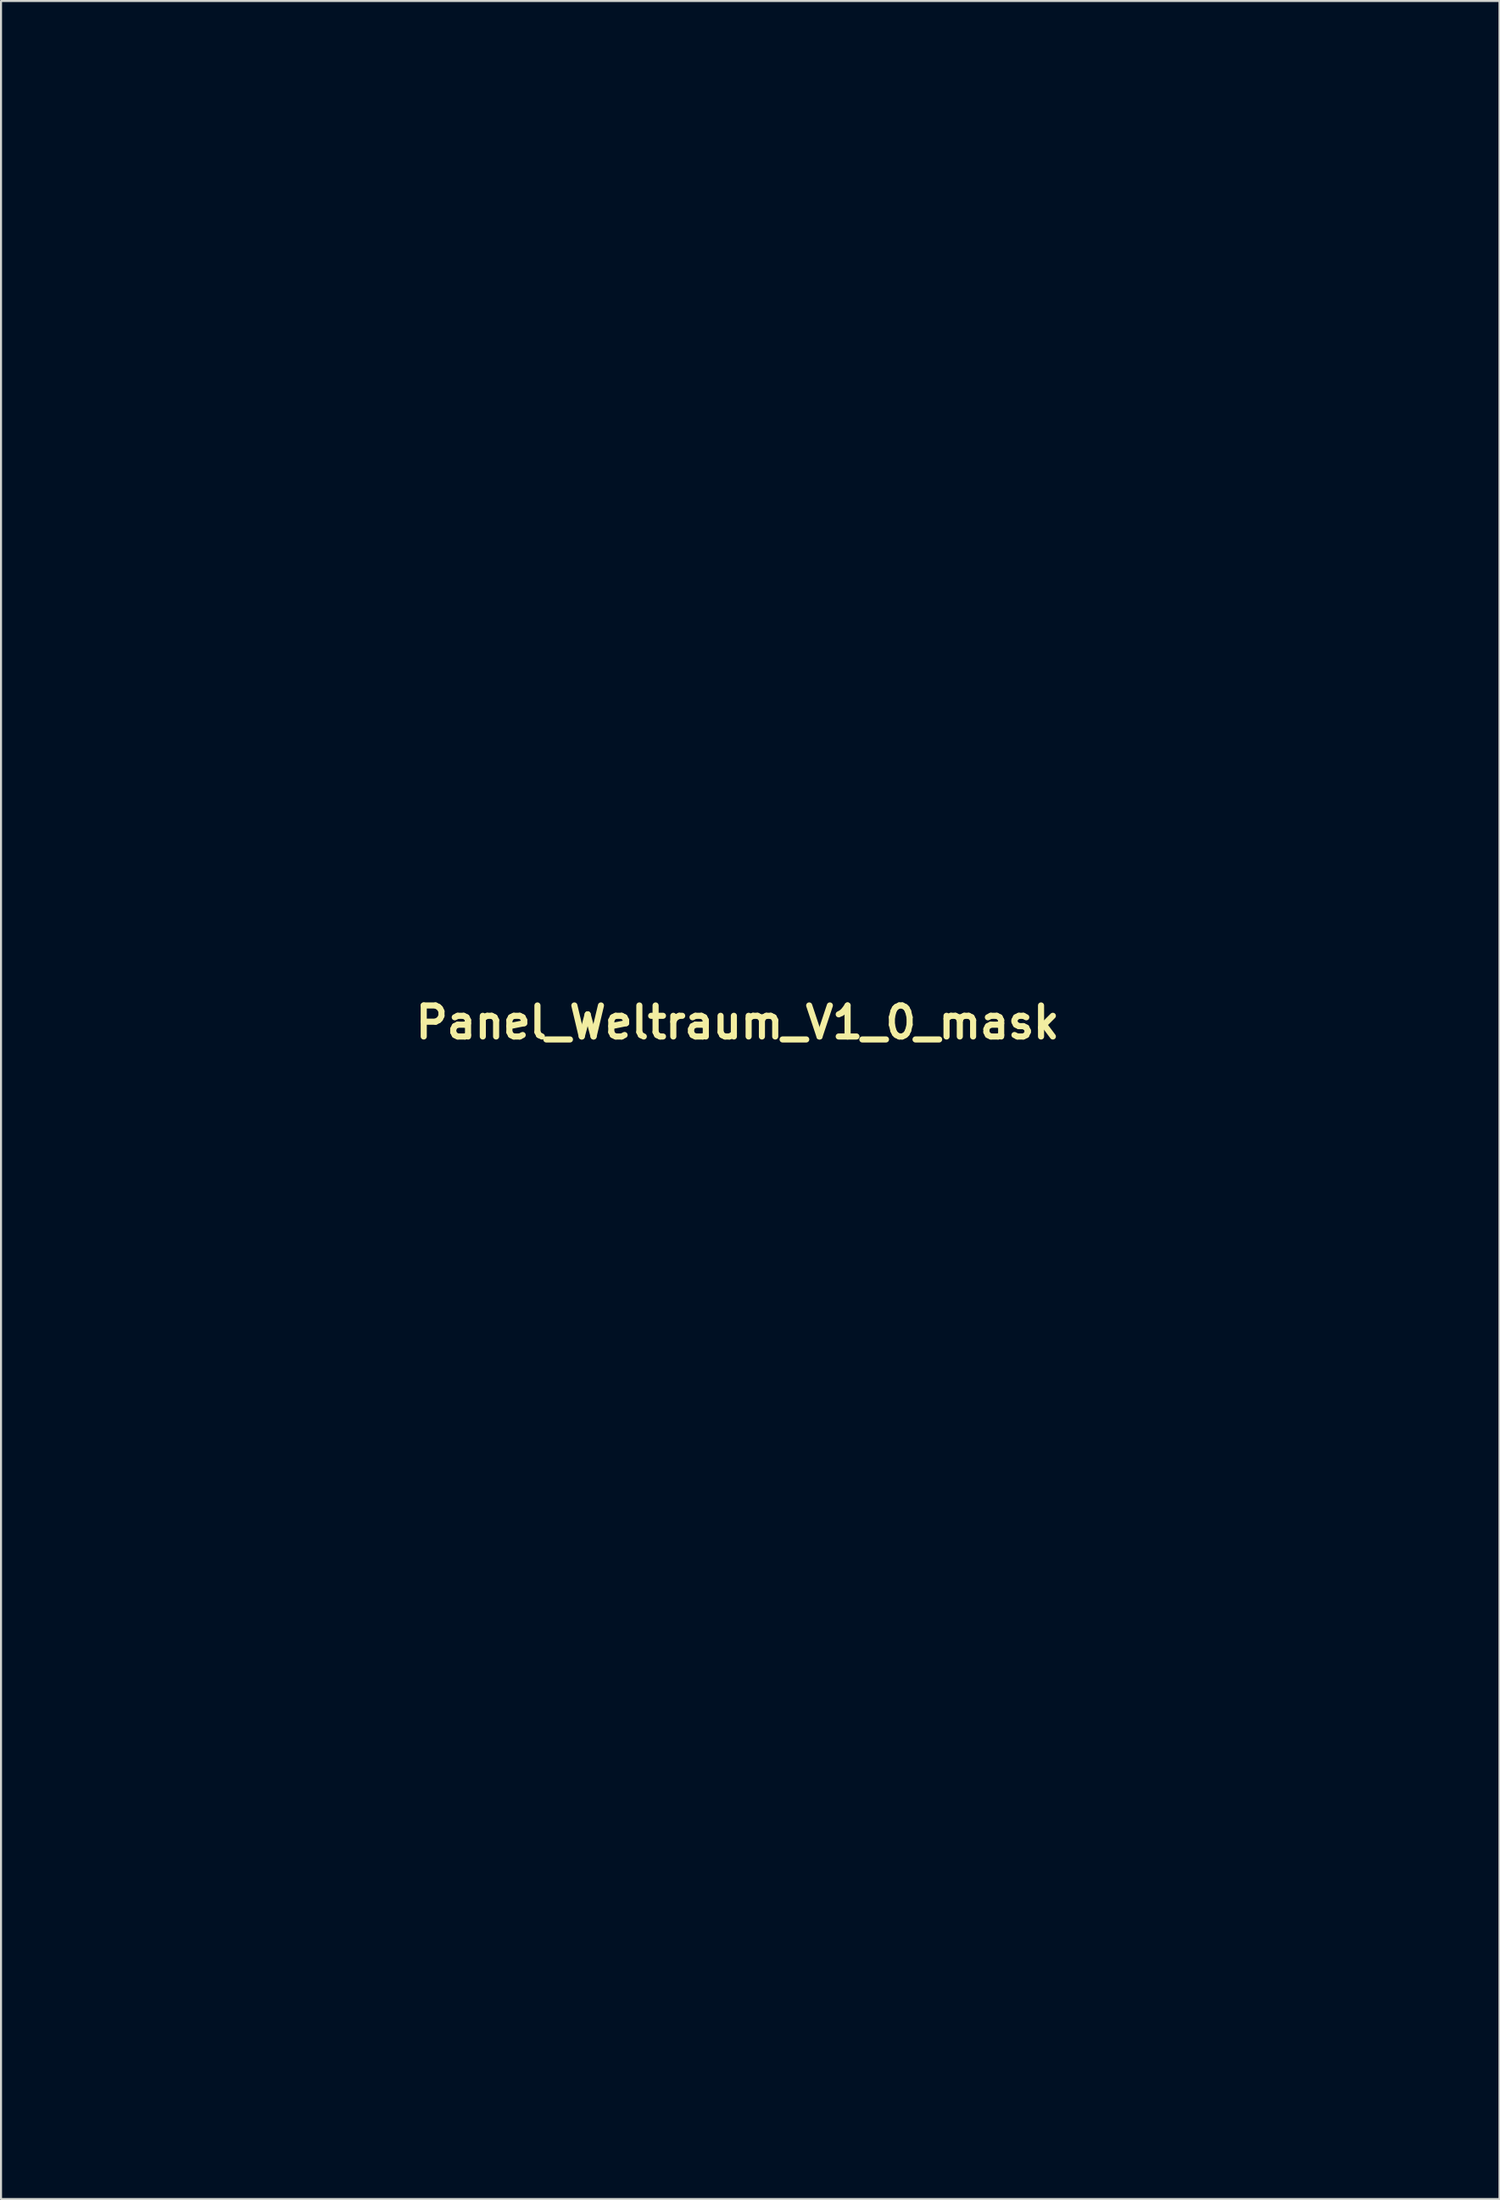
<source format=kicad_pcb>
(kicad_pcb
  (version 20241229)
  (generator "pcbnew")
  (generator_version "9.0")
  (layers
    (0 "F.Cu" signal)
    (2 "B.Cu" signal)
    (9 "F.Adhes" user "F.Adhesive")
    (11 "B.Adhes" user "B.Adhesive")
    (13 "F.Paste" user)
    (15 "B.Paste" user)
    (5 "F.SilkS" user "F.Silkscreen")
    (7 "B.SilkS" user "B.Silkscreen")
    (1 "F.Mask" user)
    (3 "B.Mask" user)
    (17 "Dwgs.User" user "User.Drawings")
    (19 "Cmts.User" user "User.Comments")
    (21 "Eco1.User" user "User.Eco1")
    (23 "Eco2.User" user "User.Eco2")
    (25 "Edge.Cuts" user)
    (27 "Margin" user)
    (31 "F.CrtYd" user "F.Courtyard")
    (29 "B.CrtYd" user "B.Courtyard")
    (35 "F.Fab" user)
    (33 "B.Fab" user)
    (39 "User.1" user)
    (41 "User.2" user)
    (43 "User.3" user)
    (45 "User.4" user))
  (footprint "Panel_Weltraum_V1_0_mask"
    (layer "F.Cu")
    (at 33.194 47.164)
    (property "Reference" "Panel_Weltraum_V1_0_mask" (at 0 0 0) (layer "F.SilkS") (effects (font (size 1.524 1.524) (thickness 0.3))))
    (attr through_hole)
    (fp_poly (pts (xy 26.799 40.74) (xy 26.911 40.797) (xy 26.999 40.87) (xy 27.157 41.014) (xy 27.157 42.213) (xy 26.999 42.358) (xy 26.876 42.453) (xy 26.763 42.496) (xy 26.67 42.503) (xy 26.541 42.487) (xy 26.429 42.43) (xy 26.341 42.358) (xy 26.183 42.213) (xy 26.183 41.014) (xy 26.341 40.87) (xy 26.464 40.774) (xy 26.577 40.732) (xy 26.67 40.725) (xy 26.799 40.74)) (stroke (width 0.01) (type solid)) (fill yes) (layer "F.Mask"))
    (fp_poly (pts (xy -26.776 40.746) (xy -27.431 40.771) (xy -27.442 41.838) (xy -27.453 42.905) (xy -27.624 42.917) (xy -27.739 42.919) (xy -27.815 42.906) (xy -27.825 42.9) (xy -27.833 42.851) (xy -27.841 42.729) (xy -27.847 42.546) (xy -27.852 42.314) (xy -27.855 42.045) (xy -27.855 41.82) (xy -27.855 40.771) (xy -28.183 40.758) (xy -28.512 40.746) (xy -28.512 40.407) (xy -26.776 40.407) (xy -26.776 40.746)) (stroke (width 0.01) (type solid)) (fill yes) (layer "F.Mask"))
    (fp_poly (pts (xy -17.251 -15.303) (xy -17.736 -15.278) (xy -17.747 -14.444) (xy -17.759 -13.61) (xy -17.93 -13.598) (xy -18.045 -13.596) (xy -18.121 -13.609) (xy -18.131 -13.615) (xy -18.14 -13.665) (xy -18.148 -13.786) (xy -18.155 -13.965) (xy -18.159 -14.187) (xy -18.161 -14.44) (xy -18.161 -14.462) (xy -18.161 -15.278) (xy -18.404 -15.291) (xy -18.648 -15.303) (xy -18.648 -15.684) (xy -17.251 -15.684) (xy -17.251 -15.303)) (stroke (width 0.01) (type solid)) (fill yes) (layer "F.Mask"))
    (fp_poly (pts (xy -18.733 -15.303) (xy -18.975 -15.291) (xy -19.218 -15.278) (xy -19.229 -14.444) (xy -19.241 -13.61) (xy -19.411 -13.598) (xy -19.526 -13.596) (xy -19.602 -13.609) (xy -19.612 -13.615) (xy -19.622 -13.665) (xy -19.63 -13.786) (xy -19.637 -13.965) (xy -19.641 -14.187) (xy -19.643 -14.44) (xy -19.643 -14.462) (xy -19.643 -15.278) (xy -19.886 -15.291) (xy -20.13 -15.303) (xy -20.13 -15.684) (xy -18.733 -15.684) (xy -18.733 -15.303)) (stroke (width 0.01) (type solid)) (fill yes) (layer "F.Mask"))
    (fp_poly (pts (xy -17.367 41.518) (xy -17.355 42.587) (xy -16.463 42.587) (xy -16.476 42.767) (xy -16.489 42.947) (xy -17.086 42.959) (xy -17.336 42.962) (xy -17.513 42.959) (xy -17.631 42.95) (xy -17.701 42.933) (xy -17.732 42.911) (xy -17.748 42.863) (xy -17.759 42.758) (xy -17.767 42.591) (xy -17.772 42.355) (xy -17.773 42.046) (xy -17.77 41.657) (xy -17.77 41.651) (xy -17.759 40.45) (xy -17.378 40.45) (xy -17.367 41.518)) (stroke (width 0.01) (type solid)) (fill yes) (layer "F.Mask"))
    (fp_poly (pts (xy -8.337 -14.901) (xy -7.581 -14.901) (xy -7.556 -15.727) (xy -7.176 -15.727) (xy -7.176 -13.652) (xy -7.556 -13.652) (xy -7.581 -14.478) (xy -8.337 -14.478) (xy -8.361 -13.652) (xy -8.541 -13.639) (xy -8.68 -13.643) (xy -8.742 -13.68) (xy -8.743 -13.683) (xy -8.749 -13.739) (xy -8.753 -13.868) (xy -8.755 -14.057) (xy -8.756 -14.292) (xy -8.755 -14.561) (xy -8.753 -14.733) (xy -8.742 -15.727) (xy -8.361 -15.727) (xy -8.337 -14.901)) (stroke (width 0.01) (type solid)) (fill yes) (layer "F.Mask"))
    (fp_poly (pts (xy -4.963 -14.891) (xy -4.951 -14.055) (xy -4.643 -14.055) (xy -4.449 -14.047) (xy -4.324 -14.02) (xy -4.257 -13.967) (xy -4.234 -13.881) (xy -4.233 -13.859) (xy -4.237 -13.766) (xy -4.257 -13.703) (xy -4.307 -13.663) (xy -4.4 -13.642) (xy -4.55 -13.633) (xy -4.771 -13.631) (xy -4.783 -13.631) (xy -5.017 -13.634) (xy -5.178 -13.644) (xy -5.278 -13.661) (xy -5.328 -13.688) (xy -5.33 -13.69) (xy -5.347 -13.744) (xy -5.359 -13.863) (xy -5.366 -14.052) (xy -5.369 -14.315) (xy -5.367 -14.657) (xy -5.367 -14.737) (xy -5.355 -15.727) (xy -4.974 -15.727) (xy -4.963 -14.891)) (stroke (width 0.01) (type solid)) (fill yes) (layer "F.Mask"))
    (fp_poly (pts (xy 27.507 -14.891) (xy 27.518 -14.055) (xy 27.827 -14.055) (xy 28.021 -14.047) (xy 28.145 -14.02) (xy 28.212 -13.967) (xy 28.236 -13.881) (xy 28.236 -13.859) (xy 28.233 -13.766) (xy 28.213 -13.703) (xy 28.163 -13.663) (xy 28.07 -13.642) (xy 27.92 -13.633) (xy 27.699 -13.631) (xy 27.687 -13.631) (xy 27.452 -13.634) (xy 27.291 -13.644) (xy 27.191 -13.661) (xy 27.142 -13.688) (xy 27.14 -13.69) (xy 27.123 -13.744) (xy 27.111 -13.863) (xy 27.104 -14.052) (xy 27.101 -14.315) (xy 27.102 -14.657) (xy 27.103 -14.737) (xy 27.114 -15.727) (xy 27.495 -15.727) (xy 27.507 -14.891)) (stroke (width 0.01) (type solid)) (fill yes) (layer "F.Mask"))
    (fp_poly (pts (xy -25.104 40.767) (xy -26.077 40.767) (xy -26.077 41.444) (xy -25.31 41.444) (xy -25.323 41.624) (xy -25.337 41.804) (xy -25.707 41.816) (xy -26.077 41.829) (xy -26.077 42.545) (xy -25.104 42.545) (xy -25.104 42.926) (xy -25.751 42.926) (xy -26.041 42.923) (xy -26.251 42.914) (xy -26.385 42.899) (xy -26.448 42.877) (xy -26.45 42.875) (xy -26.466 42.818) (xy -26.479 42.689) (xy -26.489 42.503) (xy -26.497 42.273) (xy -26.502 42.012) (xy -26.504 41.734) (xy -26.503 41.452) (xy -26.5 41.18) (xy -26.494 40.931) (xy -26.485 40.719) (xy -26.473 40.557) (xy -26.459 40.459) (xy -26.45 40.437) (xy -26.39 40.414) (xy -26.26 40.399) (xy -26.054 40.389) (xy -25.769 40.386) (xy -25.751 40.386) (xy -25.104 40.386) (xy -25.104 40.767)) (stroke (width 0.01) (type solid)) (fill yes) (layer "F.Mask"))
    (fp_poly (pts (xy -18.119 40.809) (xy -19.092 40.809) (xy -19.092 41.487) (xy -18.325 41.487) (xy -18.338 41.667) (xy -18.352 41.846) (xy -18.722 41.859) (xy -19.092 41.871) (xy -19.092 42.587) (xy -18.119 42.587) (xy -18.119 42.968) (xy -18.766 42.968) (xy -19.056 42.965) (xy -19.266 42.956) (xy -19.4 42.941) (xy -19.463 42.919) (xy -19.465 42.918) (xy -19.481 42.86) (xy -19.494 42.732) (xy -19.504 42.545) (xy -19.512 42.315) (xy -19.517 42.054) (xy -19.519 41.776) (xy -19.518 41.494) (xy -19.515 41.222) (xy -19.509 40.973) (xy -19.5 40.761) (xy -19.488 40.599) (xy -19.474 40.501) (xy -19.465 40.479) (xy -19.405 40.457) (xy -19.275 40.441) (xy -19.069 40.432) (xy -18.784 40.428) (xy -18.766 40.428) (xy -18.119 40.428) (xy -18.119 40.809)) (stroke (width 0.01) (type solid)) (fill yes) (layer "F.Mask"))
    (fp_poly (pts (xy 14.099 -14.965) (xy 14.107 -14.721) (xy 14.115 -14.508) (xy 14.122 -14.34) (xy 14.128 -14.231) (xy 14.131 -14.194) (xy 14.275 -14.069) (xy 14.421 -14.016) (xy 14.478 -14.012) (xy 14.631 -14.043) (xy 14.773 -14.141) (xy 14.825 -14.194) (xy 14.829 -14.237) (xy 14.834 -14.351) (xy 14.841 -14.523) (xy 14.849 -14.738) (xy 14.857 -14.965) (xy 14.88 -15.727) (xy 15.261 -15.727) (xy 15.273 -15.037) (xy 15.275 -14.718) (xy 15.269 -14.47) (xy 15.251 -14.279) (xy 15.22 -14.132) (xy 15.173 -14.015) (xy 15.108 -13.914) (xy 15.082 -13.881) (xy 14.892 -13.716) (xy 14.667 -13.621) (xy 14.425 -13.601) (xy 14.184 -13.658) (xy 14.159 -13.669) (xy 13.954 -13.804) (xy 13.797 -13.993) (xy 13.716 -14.181) (xy 13.701 -14.284) (xy 13.69 -14.453) (xy 13.683 -14.671) (xy 13.682 -14.921) (xy 13.683 -15.037) (xy 13.695 -15.727) (xy 14.076 -15.727) (xy 14.099 -14.965)) (stroke (width 0.01) (type solid)) (fill yes) (layer "F.Mask"))
    (fp_poly (pts (xy 4.995 40.479) (xy 5.176 40.492) (xy 5.435 40.946) (xy 5.535 41.12) (xy 5.621 41.263) (xy 5.684 41.361) (xy 5.714 41.401) (xy 5.715 41.401) (xy 5.743 41.366) (xy 5.803 41.272) (xy 5.888 41.132) (xy 5.987 40.96) (xy 5.995 40.946) (xy 6.254 40.492) (xy 6.435 40.479) (xy 6.556 40.479) (xy 6.642 40.497) (xy 6.657 40.506) (xy 6.651 40.559) (xy 6.6 40.678) (xy 6.504 40.861) (xy 6.365 41.103) (xy 6.323 41.173) (xy 5.948 41.799) (xy 5.905 42.989) (xy 5.735 43.002) (xy 5.62 43.003) (xy 5.544 42.99) (xy 5.534 42.984) (xy 5.522 42.933) (xy 5.513 42.814) (xy 5.506 42.643) (xy 5.503 42.438) (xy 5.503 42.397) (xy 5.503 41.839) (xy 5.118 41.193) (xy 4.968 40.935) (xy 4.859 40.734) (xy 4.793 40.593) (xy 4.77 40.517) (xy 4.774 40.506) (xy 4.838 40.484) (xy 4.951 40.477) (xy 4.995 40.479)) (stroke (width 0.01) (type solid)) (fill yes) (layer "F.Mask"))
    (fp_poly (pts (xy -14.266 40.436) (xy -14.086 40.45) (xy -13.827 40.904) (xy -13.726 41.078) (xy -13.64 41.221) (xy -13.578 41.319) (xy -13.547 41.358) (xy -13.547 41.359) (xy -13.519 41.324) (xy -13.458 41.23) (xy -13.374 41.09) (xy -13.275 40.918) (xy -13.267 40.904) (xy -13.008 40.45) (xy -12.827 40.436) (xy -12.706 40.437) (xy -12.62 40.455) (xy -12.605 40.464) (xy -12.61 40.517) (xy -12.662 40.636) (xy -12.758 40.818) (xy -12.897 41.06) (xy -12.939 41.131) (xy -13.314 41.757) (xy -13.335 42.352) (xy -13.356 42.947) (xy -13.527 42.96) (xy -13.642 42.961) (xy -13.718 42.948) (xy -13.728 42.942) (xy -13.739 42.891) (xy -13.749 42.771) (xy -13.755 42.601) (xy -13.758 42.396) (xy -13.758 42.354) (xy -13.758 41.797) (xy -14.143 41.15) (xy -14.293 40.893) (xy -14.402 40.692) (xy -14.469 40.551) (xy -14.491 40.474) (xy -14.488 40.464) (xy -14.423 40.441) (xy -14.311 40.434) (xy -14.266 40.436)) (stroke (width 0.01) (type solid)) (fill yes) (layer "F.Mask"))
    (fp_poly (pts (xy 20.892 -15.74) (xy 20.948 -15.733) (xy 20.996 -15.716) (xy 21.044 -15.679) (xy 21.101 -15.611) (xy 21.174 -15.504) (xy 21.271 -15.346) (xy 21.4 -15.128) (xy 21.445 -15.053) (xy 21.842 -14.38) (xy 21.853 -15.053) (xy 21.865 -15.727) (xy 22.204 -15.727) (xy 22.215 -14.737) (xy 22.218 -14.387) (xy 22.216 -14.115) (xy 22.211 -13.914) (xy 22.2 -13.78) (xy 22.185 -13.704) (xy 22.177 -13.687) (xy 22.09 -13.645) (xy 21.955 -13.64) (xy 21.783 -13.652) (xy 21.401 -14.305) (xy 21.018 -14.958) (xy 20.997 -14.305) (xy 20.976 -13.652) (xy 20.826 -13.64) (xy 20.719 -13.639) (xy 20.651 -13.654) (xy 20.647 -13.658) (xy 20.638 -13.707) (xy 20.63 -13.828) (xy 20.624 -14.01) (xy 20.619 -14.24) (xy 20.617 -14.505) (xy 20.616 -14.67) (xy 20.617 -15.002) (xy 20.62 -15.259) (xy 20.627 -15.45) (xy 20.642 -15.584) (xy 20.667 -15.671) (xy 20.704 -15.721) (xy 20.755 -15.743) (xy 20.824 -15.745) (xy 20.892 -15.74)) (stroke (width 0.01) (type solid)) (fill yes) (layer "F.Mask"))
    (fp_poly (pts (xy -26.279 -15.698) (xy -26.193 -15.689) (xy -26.131 -15.667) (xy -26.077 -15.619) (xy -26.016 -15.529) (xy -25.934 -15.383) (xy -25.908 -15.336) (xy -25.823 -15.185) (xy -25.753 -15.067) (xy -25.707 -14.999) (xy -25.696 -14.988) (xy -25.668 -15.023) (xy -25.61 -15.116) (xy -25.532 -15.251) (xy -25.485 -15.336) (xy -25.394 -15.499) (xy -25.33 -15.601) (xy -25.275 -15.659) (xy -25.216 -15.685) (xy -25.138 -15.696) (xy -25.114 -15.698) (xy -24.987 -15.697) (xy -24.922 -15.667) (xy -24.908 -15.644) (xy -24.919 -15.579) (xy -24.973 -15.454) (xy -25.066 -15.277) (xy -25.182 -15.075) (xy -25.482 -14.574) (xy -25.494 -14.092) (xy -25.506 -13.61) (xy -25.677 -13.598) (xy -25.792 -13.596) (xy -25.868 -13.609) (xy -25.878 -13.615) (xy -25.89 -13.668) (xy -25.9 -13.786) (xy -25.906 -13.951) (xy -25.908 -14.107) (xy -25.908 -14.569) (xy -26.209 -15.073) (xy -26.334 -15.29) (xy -26.424 -15.463) (xy -26.476 -15.585) (xy -26.485 -15.644) (xy -26.441 -15.688) (xy -26.343 -15.7) (xy -26.279 -15.698)) (stroke (width 0.01) (type solid)) (fill yes) (layer "F.Mask"))
    (fp_poly (pts (xy 7.927 -15.74) (xy 8.012 -15.731) (xy 8.074 -15.71) (xy 8.128 -15.661) (xy 8.189 -15.571) (xy 8.272 -15.425) (xy 8.297 -15.379) (xy 8.382 -15.228) (xy 8.452 -15.11) (xy 8.498 -15.041) (xy 8.509 -15.03) (xy 8.537 -15.065) (xy 8.595 -15.158) (xy 8.673 -15.293) (xy 8.721 -15.379) (xy 8.811 -15.541) (xy 8.876 -15.644) (xy 8.93 -15.701) (xy 8.989 -15.728) (xy 9.067 -15.738) (xy 9.091 -15.74) (xy 9.219 -15.739) (xy 9.284 -15.709) (xy 9.297 -15.686) (xy 9.286 -15.621) (xy 9.232 -15.496) (xy 9.14 -15.319) (xy 9.023 -15.118) (xy 8.724 -14.616) (xy 8.712 -14.134) (xy 8.7 -13.652) (xy 8.529 -13.64) (xy 8.414 -13.639) (xy 8.338 -13.652) (xy 8.328 -13.658) (xy 8.315 -13.71) (xy 8.305 -13.828) (xy 8.299 -13.994) (xy 8.297 -14.15) (xy 8.297 -14.612) (xy 7.996 -15.115) (xy 7.871 -15.332) (xy 7.781 -15.506) (xy 7.73 -15.627) (xy 7.721 -15.686) (xy 7.764 -15.73) (xy 7.862 -15.743) (xy 7.927 -15.74)) (stroke (width 0.01) (type solid)) (fill yes) (layer "F.Mask"))
    (fp_poly (pts (xy -28.8 41.571) (xy -28.7 41.873) (xy -28.609 42.153) (xy -28.531 42.399) (xy -28.47 42.601) (xy -28.428 42.747) (xy -28.409 42.826) (xy -28.408 42.833) (xy -28.414 42.892) (xy -28.451 42.918) (xy -28.539 42.921) (xy -28.603 42.918) (xy -28.801 42.905) (xy -28.893 42.63) (xy -28.984 42.355) (xy -29.406 42.343) (xy -29.829 42.331) (xy -29.993 42.905) (xy -30.194 42.918) (xy -30.316 42.922) (xy -30.374 42.908) (xy -30.392 42.866) (xy -30.393 42.833) (xy -30.379 42.769) (xy -30.341 42.636) (xy -30.284 42.444) (xy -30.209 42.206) (xy -30.12 41.933) (xy -30.112 41.906) (xy -29.676 41.906) (xy -29.635 41.933) (xy -29.522 41.949) (xy -29.401 41.952) (xy -29.237 41.946) (xy -29.149 41.927) (xy -29.128 41.899) (xy -29.142 41.839) (xy -29.177 41.718) (xy -29.226 41.555) (xy -29.269 41.423) (xy -29.406 41) (xy -29.541 41.43) (xy -29.596 41.611) (xy -29.641 41.764) (xy -29.669 41.869) (xy -29.676 41.906) (xy -30.112 41.906) (xy -30.022 41.634) (xy -30.001 41.571) (xy -29.612 40.407) (xy -29.189 40.407) (xy -28.8 41.571)) (stroke (width 0.01) (type solid)) (fill yes) (layer "F.Mask"))
    (fp_poly (pts (xy -14.745 41.614) (xy -14.645 41.916) (xy -14.555 42.196) (xy -14.477 42.442) (xy -14.415 42.643) (xy -14.373 42.789) (xy -14.354 42.868) (xy -14.354 42.875) (xy -14.36 42.934) (xy -14.396 42.96) (xy -14.485 42.964) (xy -14.549 42.96) (xy -14.746 42.947) (xy -14.838 42.672) (xy -14.93 42.397) (xy -15.352 42.385) (xy -15.774 42.373) (xy -15.856 42.66) (xy -15.939 42.947) (xy -16.14 42.96) (xy -16.261 42.964) (xy -16.32 42.95) (xy -16.338 42.909) (xy -16.338 42.875) (xy -16.324 42.811) (xy -16.287 42.678) (xy -16.229 42.487) (xy -16.154 42.249) (xy -16.066 41.975) (xy -16.057 41.948) (xy -15.621 41.948) (xy -15.581 41.975) (xy -15.467 41.991) (xy -15.346 41.995) (xy -15.182 41.989) (xy -15.094 41.969) (xy -15.074 41.942) (xy -15.087 41.881) (xy -15.122 41.76) (xy -15.172 41.597) (xy -15.214 41.465) (xy -15.351 41.042) (xy -15.486 41.472) (xy -15.542 41.653) (xy -15.586 41.806) (xy -15.614 41.912) (xy -15.621 41.948) (xy -16.057 41.948) (xy -15.967 41.676) (xy -15.946 41.614) (xy -15.557 40.45) (xy -15.134 40.45) (xy -14.745 41.614)) (stroke (width 0.01) (type solid)) (fill yes) (layer "F.Mask"))
    (fp_poly (pts (xy 26.653 -15.747) (xy 26.815 -15.74) (xy 26.918 -15.722) (xy 26.976 -15.688) (xy 27.002 -15.633) (xy 27.009 -15.551) (xy 27.009 -15.52) (xy 26.995 -15.432) (xy 26.945 -15.374) (xy 26.845 -15.341) (xy 26.683 -15.326) (xy 26.556 -15.325) (xy 26.204 -15.325) (xy 26.204 -14.901) (xy 26.802 -14.901) (xy 26.776 -14.541) (xy 26.49 -14.529) (xy 26.204 -14.516) (xy 26.204 -14.055) (xy 26.556 -14.055) (xy 26.761 -14.049) (xy 26.895 -14.027) (xy 26.972 -13.984) (xy 27.004 -13.914) (xy 27.009 -13.859) (xy 27.005 -13.769) (xy 26.987 -13.706) (xy 26.941 -13.666) (xy 26.853 -13.644) (xy 26.711 -13.634) (xy 26.501 -13.631) (xy 26.42 -13.631) (xy 26.149 -13.636) (xy 25.961 -13.648) (xy 25.854 -13.669) (xy 25.832 -13.682) (xy 25.814 -13.729) (xy 25.8 -13.835) (xy 25.79 -14.004) (xy 25.784 -14.243) (xy 25.781 -14.558) (xy 25.781 -14.69) (xy 25.783 -15.034) (xy 25.787 -15.299) (xy 25.796 -15.492) (xy 25.808 -15.62) (xy 25.825 -15.687) (xy 25.832 -15.697) (xy 25.901 -15.722) (xy 26.051 -15.739) (xy 26.283 -15.747) (xy 26.42 -15.748) (xy 26.653 -15.747)) (stroke (width 0.01) (type solid)) (fill yes) (layer "F.Mask"))
    (fp_poly (pts (xy 33.384 -15.747) (xy 33.546 -15.74) (xy 33.649 -15.722) (xy 33.707 -15.688) (xy 33.733 -15.633) (xy 33.74 -15.551) (xy 33.74 -15.52) (xy 33.726 -15.432) (xy 33.676 -15.374) (xy 33.576 -15.341) (xy 33.414 -15.326) (xy 33.287 -15.325) (xy 32.935 -15.325) (xy 32.935 -14.901) (xy 33.533 -14.901) (xy 33.507 -14.541) (xy 33.221 -14.529) (xy 32.935 -14.516) (xy 32.935 -14.055) (xy 33.287 -14.055) (xy 33.492 -14.049) (xy 33.626 -14.027) (xy 33.703 -13.984) (xy 33.735 -13.914) (xy 33.74 -13.859) (xy 33.736 -13.769) (xy 33.718 -13.706) (xy 33.672 -13.666) (xy 33.584 -13.644) (xy 33.442 -13.634) (xy 33.232 -13.631) (xy 33.151 -13.631) (xy 32.88 -13.636) (xy 32.692 -13.648) (xy 32.585 -13.669) (xy 32.563 -13.682) (xy 32.545 -13.729) (xy 32.531 -13.835) (xy 32.521 -14.004) (xy 32.515 -14.243) (xy 32.512 -14.558) (xy 32.512 -14.69) (xy 32.514 -15.034) (xy 32.518 -15.299) (xy 32.527 -15.492) (xy 32.539 -15.62) (xy 32.556 -15.687) (xy 32.563 -15.697) (xy 32.632 -15.722) (xy 32.782 -15.739) (xy 33.014 -15.747) (xy 33.151 -15.748) (xy 33.384 -15.747)) (stroke (width 0.01) (type solid)) (fill yes) (layer "F.Mask"))
    (fp_poly (pts (xy -29.438 -15.704) (xy -29.277 -15.697) (xy -29.173 -15.679) (xy -29.115 -15.645) (xy -29.09 -15.59) (xy -29.083 -15.509) (xy -29.083 -15.478) (xy -29.097 -15.389) (xy -29.147 -15.332) (xy -29.246 -15.298) (xy -29.409 -15.284) (xy -29.536 -15.282) (xy -29.887 -15.282) (xy -29.887 -14.859) (xy -29.29 -14.859) (xy -29.303 -14.679) (xy -29.316 -14.499) (xy -29.602 -14.487) (xy -29.887 -14.474) (xy -29.887 -14.012) (xy -29.536 -14.012) (xy -29.331 -14.006) (xy -29.197 -13.985) (xy -29.12 -13.942) (xy -29.087 -13.872) (xy -29.083 -13.817) (xy -29.086 -13.727) (xy -29.105 -13.664) (xy -29.151 -13.624) (xy -29.239 -13.602) (xy -29.381 -13.592) (xy -29.591 -13.589) (xy -29.672 -13.589) (xy -29.942 -13.593) (xy -30.13 -13.606) (xy -30.237 -13.627) (xy -30.26 -13.64) (xy -30.277 -13.699) (xy -30.291 -13.827) (xy -30.302 -14.011) (xy -30.309 -14.233) (xy -30.313 -14.481) (xy -30.314 -14.738) (xy -30.311 -14.99) (xy -30.305 -15.222) (xy -30.295 -15.418) (xy -30.282 -15.565) (xy -30.265 -15.646) (xy -30.26 -15.655) (xy -30.191 -15.68) (xy -30.041 -15.697) (xy -29.809 -15.705) (xy -29.672 -15.706) (xy -29.438 -15.704)) (stroke (width 0.01) (type solid)) (fill yes) (layer "F.Mask"))
    (fp_poly (pts (xy 4.64 -15.747) (xy 4.802 -15.74) (xy 4.905 -15.722) (xy 4.963 -15.688) (xy 4.989 -15.633) (xy 4.995 -15.551) (xy 4.995 -15.52) (xy 4.982 -15.432) (xy 4.932 -15.374) (xy 4.832 -15.341) (xy 4.669 -15.326) (xy 4.542 -15.325) (xy 4.191 -15.325) (xy 4.191 -14.901) (xy 4.789 -14.901) (xy 4.776 -14.721) (xy 4.763 -14.541) (xy 4.477 -14.529) (xy 4.191 -14.516) (xy 4.191 -14.055) (xy 4.542 -14.055) (xy 4.747 -14.049) (xy 4.881 -14.027) (xy 4.958 -13.984) (xy 4.991 -13.914) (xy 4.995 -13.859) (xy 4.992 -13.769) (xy 4.974 -13.706) (xy 4.927 -13.666) (xy 4.839 -13.644) (xy 4.697 -13.634) (xy 4.487 -13.631) (xy 4.407 -13.631) (xy 4.136 -13.636) (xy 3.948 -13.648) (xy 3.841 -13.669) (xy 3.818 -13.682) (xy 3.8 -13.729) (xy 3.786 -13.835) (xy 3.777 -14.004) (xy 3.771 -14.243) (xy 3.768 -14.558) (xy 3.768 -14.69) (xy 3.769 -15.034) (xy 3.774 -15.299) (xy 3.783 -15.492) (xy 3.795 -15.62) (xy 3.812 -15.687) (xy 3.818 -15.697) (xy 3.888 -15.722) (xy 4.037 -15.739) (xy 4.269 -15.747) (xy 4.407 -15.748) (xy 4.64 -15.747)) (stroke (width 0.01) (type solid)) (fill yes) (layer "F.Mask"))
    (fp_poly (pts (xy -14.819 -15.692) (xy -14.601 -15.574) (xy -14.584 -15.561) (xy -14.504 -15.489) (xy -14.482 -15.435) (xy -14.507 -15.366) (xy -14.52 -15.342) (xy -14.611 -15.215) (xy -14.699 -15.169) (xy -14.793 -15.202) (xy -14.828 -15.231) (xy -14.97 -15.311) (xy -15.132 -15.323) (xy -15.286 -15.27) (xy -15.348 -15.221) (xy -15.393 -15.17) (xy -15.423 -15.114) (xy -15.441 -15.035) (xy -15.449 -14.915) (xy -15.452 -14.735) (xy -15.452 -14.647) (xy -15.45 -14.44) (xy -15.445 -14.299) (xy -15.431 -14.207) (xy -15.406 -14.145) (xy -15.367 -14.094) (xy -15.348 -14.074) (xy -15.208 -13.989) (xy -15.046 -13.97) (xy -14.891 -14.017) (xy -14.828 -14.064) (xy -14.73 -14.123) (xy -14.641 -14.105) (xy -14.552 -14.006) (xy -14.52 -13.952) (xy -14.483 -13.872) (xy -14.494 -13.818) (xy -14.562 -13.753) (xy -14.578 -13.74) (xy -14.801 -13.61) (xy -15.044 -13.556) (xy -15.291 -13.58) (xy -15.441 -13.636) (xy -15.61 -13.743) (xy -15.732 -13.883) (xy -15.814 -14.065) (xy -15.858 -14.302) (xy -15.871 -14.603) (xy -15.868 -14.734) (xy -15.849 -15.016) (xy -15.809 -15.231) (xy -15.744 -15.393) (xy -15.646 -15.518) (xy -15.533 -15.607) (xy -15.306 -15.71) (xy -15.061 -15.738) (xy -14.819 -15.692)) (stroke (width 0.01) (type solid)) (fill yes) (layer "F.Mask"))
    (fp_poly (pts (xy -12.921 -15.691) (xy -12.856 -15.646) (xy -12.855 -15.644) (xy -12.871 -15.586) (xy -12.938 -15.474) (xy -13.049 -15.317) (xy -13.189 -15.138) (xy -13.32 -14.972) (xy -13.43 -14.828) (xy -13.508 -14.72) (xy -13.545 -14.661) (xy -13.547 -14.656) (xy -13.522 -14.611) (xy -13.454 -14.513) (xy -13.352 -14.375) (xy -13.226 -14.211) (xy -13.186 -14.16) (xy -13.055 -13.99) (xy -12.948 -13.842) (xy -12.874 -13.729) (xy -12.84 -13.664) (xy -12.84 -13.656) (xy -12.887 -13.626) (xy -12.99 -13.603) (xy -13.051 -13.597) (xy -13.247 -13.584) (xy -13.577 -14.008) (xy -13.704 -14.168) (xy -13.813 -14.301) (xy -13.893 -14.393) (xy -13.935 -14.433) (xy -13.937 -14.434) (xy -13.951 -14.395) (xy -13.964 -14.29) (xy -13.975 -14.137) (xy -13.979 -14.023) (xy -13.991 -13.61) (xy -14.171 -13.597) (xy -14.31 -13.601) (xy -14.372 -13.638) (xy -14.373 -13.64) (xy -14.379 -13.697) (xy -14.383 -13.826) (xy -14.386 -14.014) (xy -14.386 -14.25) (xy -14.385 -14.519) (xy -14.384 -14.691) (xy -14.372 -15.684) (xy -13.991 -15.684) (xy -13.97 -15.251) (xy -13.949 -14.818) (xy -13.6 -15.262) (xy -13.459 -15.441) (xy -13.357 -15.564) (xy -13.282 -15.641) (xy -13.221 -15.684) (xy -13.162 -15.702) (xy -13.092 -15.706) (xy -13.065 -15.706) (xy -12.921 -15.691)) (stroke (width 0.01) (type solid)) (fill yes) (layer "F.Mask"))
    (fp_poly (pts (xy -31.333 -15.7) (xy -31.149 -15.681) (xy -30.996 -15.651) (xy -30.923 -15.626) (xy -30.726 -15.505) (xy -30.584 -15.342) (xy -30.492 -15.127) (xy -30.446 -14.852) (xy -30.438 -14.647) (xy -30.458 -14.33) (xy -30.521 -14.079) (xy -30.632 -13.885) (xy -30.794 -13.739) (xy -30.923 -13.669) (xy -31.045 -13.632) (xy -31.211 -13.605) (xy -31.4 -13.59) (xy -31.587 -13.587) (xy -31.751 -13.596) (xy -31.87 -13.618) (xy -31.911 -13.64) (xy -31.928 -13.699) (xy -31.942 -13.827) (xy -31.953 -14.011) (xy -31.96 -14.233) (xy -31.964 -14.481) (xy -31.965 -14.738) (xy -31.962 -14.99) (xy -31.956 -15.222) (xy -31.953 -15.282) (xy -31.538 -15.282) (xy -31.538 -14.012) (xy -31.309 -14.012) (xy -31.168 -14.018) (xy -31.078 -14.044) (xy -31.006 -14.103) (xy -30.971 -14.143) (xy -30.917 -14.214) (xy -30.885 -14.287) (xy -30.868 -14.385) (xy -30.862 -14.531) (xy -30.861 -14.647) (xy -30.863 -14.832) (xy -30.873 -14.955) (xy -30.896 -15.04) (xy -30.937 -15.11) (xy -30.971 -15.152) (xy -31.046 -15.23) (xy -31.124 -15.268) (xy -31.239 -15.281) (xy -31.309 -15.282) (xy -31.538 -15.282) (xy -31.953 -15.282) (xy -31.946 -15.418) (xy -31.933 -15.565) (xy -31.916 -15.646) (xy -31.911 -15.655) (xy -31.835 -15.686) (xy -31.698 -15.703) (xy -31.523 -15.708) (xy -31.333 -15.7)) (stroke (width 0.01) (type solid)) (fill yes) (layer "F.Mask"))
    (fp_poly (pts (xy -3.562 -15.743) (xy -3.379 -15.724) (xy -3.225 -15.694) (xy -3.152 -15.668) (xy -2.955 -15.548) (xy -2.813 -15.384) (xy -2.721 -15.17) (xy -2.675 -14.894) (xy -2.667 -14.69) (xy -2.687 -14.372) (xy -2.75 -14.121) (xy -2.861 -13.927) (xy -3.024 -13.781) (xy -3.152 -13.711) (xy -3.274 -13.674) (xy -3.441 -13.648) (xy -3.629 -13.633) (xy -3.817 -13.629) (xy -3.981 -13.638) (xy -4.099 -13.66) (xy -4.14 -13.682) (xy -4.158 -13.729) (xy -4.172 -13.835) (xy -4.182 -14.004) (xy -4.188 -14.243) (xy -4.191 -14.558) (xy -4.191 -14.69) (xy -4.189 -15.034) (xy -4.185 -15.299) (xy -4.183 -15.325) (xy -3.768 -15.325) (xy -3.768 -14.055) (xy -3.539 -14.055) (xy -3.398 -14.06) (xy -3.307 -14.086) (xy -3.235 -14.145) (xy -3.2 -14.185) (xy -3.147 -14.256) (xy -3.114 -14.329) (xy -3.097 -14.427) (xy -3.091 -14.573) (xy -3.09 -14.69) (xy -3.093 -14.875) (xy -3.103 -14.998) (xy -3.125 -15.083) (xy -3.166 -15.152) (xy -3.2 -15.194) (xy -3.275 -15.272) (xy -3.353 -15.311) (xy -3.468 -15.324) (xy -3.539 -15.325) (xy -3.768 -15.325) (xy -4.183 -15.325) (xy -4.176 -15.492) (xy -4.164 -15.62) (xy -4.147 -15.687) (xy -4.14 -15.697) (xy -4.064 -15.728) (xy -3.927 -15.746) (xy -3.752 -15.75) (xy -3.562 -15.743)) (stroke (width 0.01) (type solid)) (fill yes) (layer "F.Mask"))
    (fp_poly (pts (xy 2.746 -15.743) (xy 2.929 -15.724) (xy 3.083 -15.694) (xy 3.156 -15.668) (xy 3.353 -15.548) (xy 3.495 -15.384) (xy 3.587 -15.17) (xy 3.633 -14.894) (xy 3.64 -14.69) (xy 3.62 -14.372) (xy 3.557 -14.121) (xy 3.447 -13.927) (xy 3.284 -13.781) (xy 3.156 -13.711) (xy 3.034 -13.674) (xy 2.867 -13.648) (xy 2.679 -13.633) (xy 2.491 -13.629) (xy 2.327 -13.638) (xy 2.209 -13.66) (xy 2.167 -13.682) (xy 2.149 -13.729) (xy 2.135 -13.835) (xy 2.126 -14.004) (xy 2.12 -14.243) (xy 2.117 -14.558) (xy 2.117 -14.69) (xy 2.118 -15.034) (xy 2.123 -15.299) (xy 2.124 -15.325) (xy 2.54 -15.325) (xy 2.54 -14.055) (xy 2.769 -14.055) (xy 2.91 -14.06) (xy 3 -14.086) (xy 3.073 -14.145) (xy 3.108 -14.185) (xy 3.161 -14.256) (xy 3.194 -14.329) (xy 3.211 -14.427) (xy 3.217 -14.573) (xy 3.217 -14.69) (xy 3.215 -14.875) (xy 3.205 -14.998) (xy 3.182 -15.083) (xy 3.142 -15.152) (xy 3.108 -15.194) (xy 3.032 -15.272) (xy 2.954 -15.311) (xy 2.84 -15.324) (xy 2.769 -15.325) (xy 2.54 -15.325) (xy 2.124 -15.325) (xy 2.132 -15.492) (xy 2.144 -15.62) (xy 2.161 -15.687) (xy 2.167 -15.697) (xy 2.243 -15.728) (xy 2.38 -15.746) (xy 2.555 -15.75) (xy 2.746 -15.743)) (stroke (width 0.01) (type solid)) (fill yes) (layer "F.Mask"))
    (fp_poly (pts (xy 17.672 40.478) (xy 17.815 40.483) (xy 17.911 40.493) (xy 17.97 40.51) (xy 18.007 40.534) (xy 18.009 40.536) (xy 18.063 40.612) (xy 18.076 40.656) (xy 18.056 40.705) (xy 17.998 40.817) (xy 17.908 40.981) (xy 17.792 41.185) (xy 17.657 41.421) (xy 17.543 41.616) (xy 17.395 41.868) (xy 17.261 42.098) (xy 17.147 42.294) (xy 17.06 42.447) (xy 17.005 42.545) (xy 16.988 42.577) (xy 16.998 42.599) (xy 17.057 42.615) (xy 17.175 42.624) (xy 17.36 42.629) (xy 17.524 42.63) (xy 18.081 42.63) (xy 18.068 42.81) (xy 18.055 42.989) (xy 17.287 43.001) (xy 17.007 43.004) (xy 16.8 43.004) (xy 16.653 42.999) (xy 16.555 42.989) (xy 16.493 42.973) (xy 16.455 42.95) (xy 16.45 42.945) (xy 16.396 42.868) (xy 16.383 42.821) (xy 16.404 42.771) (xy 16.462 42.658) (xy 16.552 42.493) (xy 16.668 42.286) (xy 16.804 42.049) (xy 16.933 41.827) (xy 17.082 41.573) (xy 17.216 41.343) (xy 17.328 41.148) (xy 17.414 40.998) (xy 17.468 40.902) (xy 17.484 40.87) (xy 17.444 40.863) (xy 17.336 40.857) (xy 17.175 40.853) (xy 16.977 40.852) (xy 16.952 40.852) (xy 16.42 40.852) (xy 16.433 40.672) (xy 16.447 40.492) (xy 17.194 40.48) (xy 17.469 40.477) (xy 17.672 40.478)) (stroke (width 0.01) (type solid)) (fill yes) (layer "F.Mask"))
    (fp_poly (pts (xy 13.079 -15.762) (xy 13.318 -15.691) (xy 13.381 -15.661) (xy 13.494 -15.595) (xy 13.538 -15.533) (xy 13.522 -15.448) (xy 13.482 -15.365) (xy 13.418 -15.271) (xy 13.345 -15.247) (xy 13.238 -15.287) (xy 13.208 -15.303) (xy 13.085 -15.348) (xy 12.943 -15.364) (xy 12.817 -15.35) (xy 12.751 -15.316) (xy 12.704 -15.217) (xy 12.718 -15.099) (xy 12.776 -15.015) (xy 12.855 -14.961) (xy 12.981 -14.893) (xy 13.086 -14.843) (xy 13.318 -14.708) (xy 13.48 -14.544) (xy 13.568 -14.359) (xy 13.58 -14.163) (xy 13.514 -13.964) (xy 13.414 -13.822) (xy 13.239 -13.683) (xy 13.022 -13.607) (xy 12.786 -13.598) (xy 12.59 -13.645) (xy 12.461 -13.704) (xy 12.357 -13.763) (xy 12.294 -13.811) (xy 12.278 -13.858) (xy 12.305 -13.934) (xy 12.329 -13.986) (xy 12.388 -14.094) (xy 12.446 -14.132) (xy 12.53 -14.111) (xy 12.6 -14.076) (xy 12.727 -14.033) (xy 12.876 -14.015) (xy 13.013 -14.022) (xy 13.107 -14.057) (xy 13.115 -14.063) (xy 13.16 -14.157) (xy 13.155 -14.268) (xy 13.109 -14.345) (xy 13.046 -14.386) (xy 12.929 -14.451) (xy 12.783 -14.527) (xy 12.753 -14.542) (xy 12.591 -14.628) (xy 12.486 -14.703) (xy 12.415 -14.785) (xy 12.359 -14.884) (xy 12.29 -15.104) (xy 12.294 -15.305) (xy 12.363 -15.479) (xy 12.486 -15.62) (xy 12.652 -15.719) (xy 12.853 -15.769) (xy 13.079 -15.762)) (stroke (width 0.01) (type solid)) (fill yes) (layer "F.Mask"))
    (fp_poly (pts (xy -20.627 -15.692) (xy -20.547 -15.659) (xy -20.543 -15.655) (xy -20.512 -15.592) (xy -20.462 -15.464) (xy -20.398 -15.285) (xy -20.325 -15.068) (xy -20.246 -14.828) (xy -20.167 -14.579) (xy -20.091 -14.334) (xy -20.024 -14.106) (xy -19.968 -13.911) (xy -19.929 -13.761) (xy -19.912 -13.671) (xy -19.912 -13.653) (xy -19.959 -13.605) (xy -20.063 -13.595) (xy -20.096 -13.597) (xy -20.2 -13.618) (xy -20.277 -13.672) (xy -20.341 -13.776) (xy -20.405 -13.94) (xy -20.43 -14.001) (xy -20.466 -14.036) (xy -20.534 -14.05) (xy -20.654 -14.05) (xy -20.747 -14.046) (xy -21.048 -14.034) (xy -21.118 -13.822) (xy -21.162 -13.698) (xy -21.206 -13.634) (xy -21.274 -13.607) (xy -21.368 -13.597) (xy -21.507 -13.601) (xy -21.569 -13.638) (xy -21.569 -13.639) (xy -21.562 -13.694) (xy -21.532 -13.816) (xy -21.481 -13.996) (xy -21.412 -14.221) (xy -21.34 -14.449) (xy -20.913 -14.449) (xy -20.875 -14.441) (xy -20.781 -14.436) (xy -20.743 -14.436) (xy -20.637 -14.442) (xy -20.578 -14.458) (xy -20.574 -14.465) (xy -20.586 -14.544) (xy -20.616 -14.656) (xy -20.656 -14.777) (xy -20.697 -14.882) (xy -20.731 -14.948) (xy -20.746 -14.957) (xy -20.77 -14.906) (xy -20.808 -14.802) (xy -20.851 -14.676) (xy -20.888 -14.555) (xy -20.91 -14.469) (xy -20.913 -14.449) (xy -21.34 -14.449) (xy -21.331 -14.48) (xy -21.262 -14.69) (xy -20.934 -15.684) (xy -20.761 -15.697) (xy -20.627 -15.692)) (stroke (width 0.01) (type solid)) (fill yes) (layer "F.Mask"))
    (fp_poly (pts (xy -16.521 -15.692) (xy -16.44 -15.659) (xy -16.437 -15.655) (xy -16.405 -15.592) (xy -16.355 -15.464) (xy -16.292 -15.285) (xy -16.218 -15.068) (xy -16.14 -14.828) (xy -16.061 -14.579) (xy -15.985 -14.334) (xy -15.917 -14.106) (xy -15.862 -13.911) (xy -15.823 -13.761) (xy -15.805 -13.671) (xy -15.806 -13.653) (xy -15.853 -13.605) (xy -15.957 -13.595) (xy -15.99 -13.597) (xy -16.094 -13.618) (xy -16.171 -13.672) (xy -16.235 -13.776) (xy -16.299 -13.94) (xy -16.324 -14.001) (xy -16.36 -14.036) (xy -16.428 -14.05) (xy -16.548 -14.05) (xy -16.641 -14.046) (xy -16.941 -14.034) (xy -17.011 -13.822) (xy -17.056 -13.698) (xy -17.1 -13.634) (xy -17.168 -13.607) (xy -17.262 -13.597) (xy -17.4 -13.601) (xy -17.462 -13.638) (xy -17.463 -13.639) (xy -17.456 -13.694) (xy -17.425 -13.816) (xy -17.374 -13.996) (xy -17.306 -14.221) (xy -17.234 -14.449) (xy -16.806 -14.449) (xy -16.769 -14.441) (xy -16.675 -14.436) (xy -16.637 -14.436) (xy -16.531 -14.442) (xy -16.472 -14.458) (xy -16.468 -14.465) (xy -16.48 -14.544) (xy -16.51 -14.656) (xy -16.55 -14.777) (xy -16.591 -14.882) (xy -16.625 -14.948) (xy -16.639 -14.957) (xy -16.664 -14.906) (xy -16.702 -14.802) (xy -16.744 -14.676) (xy -16.781 -14.555) (xy -16.804 -14.469) (xy -16.806 -14.449) (xy -17.234 -14.449) (xy -17.224 -14.48) (xy -17.156 -14.69) (xy -16.828 -15.684) (xy -16.655 -15.697) (xy -16.521 -15.692)) (stroke (width 0.01) (type solid)) (fill yes) (layer "F.Mask"))
    (fp_poly (pts (xy -6.065 -15.754) (xy -5.863 -15.68) (xy -5.717 -15.572) (xy -5.599 -15.407) (xy -5.567 -15.348) (xy -5.518 -15.242) (xy -5.487 -15.14) (xy -5.47 -15.02) (xy -5.463 -14.856) (xy -5.462 -14.692) (xy -5.466 -14.46) (xy -5.481 -14.29) (xy -5.508 -14.161) (xy -5.543 -14.068) (xy -5.682 -13.854) (xy -5.87 -13.698) (xy -6.094 -13.611) (xy -6.244 -13.595) (xy -6.378 -13.611) (xy -6.506 -13.645) (xy -6.72 -13.768) (xy -6.886 -13.958) (xy -6.945 -14.068) (xy -6.993 -14.23) (xy -7.021 -14.448) (xy -7.031 -14.69) (xy -6.604 -14.69) (xy -6.603 -14.482) (xy -6.597 -14.342) (xy -6.583 -14.249) (xy -6.559 -14.187) (xy -6.52 -14.136) (xy -6.5 -14.116) (xy -6.363 -14.029) (xy -6.244 -14.012) (xy -6.083 -14.047) (xy -5.988 -14.116) (xy -5.943 -14.167) (xy -5.913 -14.223) (xy -5.895 -14.302) (xy -5.887 -14.422) (xy -5.884 -14.602) (xy -5.884 -14.69) (xy -5.886 -14.897) (xy -5.891 -15.038) (xy -5.905 -15.13) (xy -5.93 -15.192) (xy -5.969 -15.243) (xy -5.988 -15.263) (xy -6.126 -15.35) (xy -6.244 -15.367) (xy -6.406 -15.332) (xy -6.5 -15.263) (xy -6.546 -15.212) (xy -6.576 -15.156) (xy -6.593 -15.077) (xy -6.601 -14.957) (xy -6.604 -14.778) (xy -6.604 -14.69) (xy -7.031 -14.69) (xy -7.031 -14.692) (xy -7.021 -14.936) (xy -6.993 -15.151) (xy -6.947 -15.308) (xy -6.808 -15.524) (xy -6.624 -15.679) (xy -6.407 -15.764) (xy -6.17 -15.775) (xy -6.065 -15.754)) (stroke (width 0.01) (type solid)) (fill yes) (layer "F.Mask"))
    (fp_poly (pts (xy -21.062 40.43) (xy -20.87 40.438) (xy -20.701 40.455) (xy -20.598 40.474) (xy -20.376 40.57) (xy -20.175 40.73) (xy -20.02 40.936) (xy -20.012 40.951) (xy -19.973 41.032) (xy -19.947 41.116) (xy -19.93 41.221) (xy -19.921 41.366) (xy -19.918 41.567) (xy -19.918 41.698) (xy -19.919 41.936) (xy -19.925 42.108) (xy -19.937 42.231) (xy -19.958 42.323) (xy -19.99 42.404) (xy -20.012 42.446) (xy -20.163 42.654) (xy -20.361 42.818) (xy -20.583 42.918) (xy -20.598 42.922) (xy -20.736 42.946) (xy -20.912 42.961) (xy -21.106 42.968) (xy -21.295 42.966) (xy -21.46 42.956) (xy -21.578 42.937) (xy -21.624 42.918) (xy -21.64 42.86) (xy -21.653 42.732) (xy -21.66 42.599) (xy -21.251 42.599) (xy -20.976 42.577) (xy -20.814 42.554) (xy -20.671 42.518) (xy -20.593 42.484) (xy -20.478 42.391) (xy -20.399 42.278) (xy -20.35 42.128) (xy -20.326 41.926) (xy -20.32 41.698) (xy -20.323 41.483) (xy -20.333 41.333) (xy -20.354 41.226) (xy -20.388 41.144) (xy -20.403 41.119) (xy -20.516 40.976) (xy -20.661 40.885) (xy -20.856 40.833) (xy -20.976 40.82) (xy -21.251 40.798) (xy -21.251 42.599) (xy -21.66 42.599) (xy -21.663 42.545) (xy -21.671 42.315) (xy -21.676 42.054) (xy -21.678 41.776) (xy -21.677 41.494) (xy -21.674 41.222) (xy -21.668 40.973) (xy -21.659 40.761) (xy -21.647 40.599) (xy -21.633 40.501) (xy -21.624 40.479) (xy -21.557 40.454) (xy -21.426 40.438) (xy -21.254 40.43) (xy -21.062 40.43)) (stroke (width 0.01) (type solid)) (fill yes) (layer "F.Mask"))
    (fp_poly (pts (xy 24.867 -15.742) (xy 25.071 -15.731) (xy 25.211 -15.713) (xy 25.309 -15.683) (xy 25.386 -15.639) (xy 25.386 -15.638) (xy 25.565 -15.463) (xy 25.668 -15.265) (xy 25.695 -15.058) (xy 25.645 -14.853) (xy 25.519 -14.663) (xy 25.444 -14.592) (xy 25.362 -14.518) (xy 25.318 -14.468) (xy 25.315 -14.461) (xy 25.337 -14.418) (xy 25.394 -14.32) (xy 25.477 -14.185) (xy 25.531 -14.098) (xy 25.626 -13.939) (xy 25.693 -13.805) (xy 25.724 -13.716) (xy 25.723 -13.695) (xy 25.66 -13.647) (xy 25.527 -13.631) (xy 25.451 -13.634) (xy 25.392 -13.649) (xy 25.338 -13.688) (xy 25.274 -13.766) (xy 25.188 -13.892) (xy 25.097 -14.034) (xy 24.992 -14.194) (xy 24.9 -14.324) (xy 24.834 -14.409) (xy 24.804 -14.436) (xy 24.787 -14.396) (xy 24.772 -14.291) (xy 24.76 -14.139) (xy 24.756 -14.044) (xy 24.744 -13.652) (xy 24.573 -13.64) (xy 24.458 -13.639) (xy 24.382 -13.652) (xy 24.372 -13.658) (xy 24.363 -13.707) (xy 24.356 -13.828) (xy 24.349 -14.01) (xy 24.345 -14.24) (xy 24.342 -14.505) (xy 24.342 -14.67) (xy 24.342 -14.993) (xy 24.345 -15.242) (xy 24.348 -15.325) (xy 24.765 -15.325) (xy 24.765 -14.859) (xy 24.952 -14.859) (xy 25.102 -14.876) (xy 25.202 -14.921) (xy 25.206 -14.926) (xy 25.26 -15.021) (xy 25.273 -15.092) (xy 25.238 -15.218) (xy 25.135 -15.296) (xy 24.965 -15.325) (xy 24.952 -15.325) (xy 24.765 -15.325) (xy 24.348 -15.325) (xy 24.351 -15.425) (xy 24.36 -15.554) (xy 24.372 -15.637) (xy 24.389 -15.686) (xy 24.404 -15.705) (xy 24.482 -15.732) (xy 24.636 -15.744) (xy 24.867 -15.742)) (stroke (width 0.01) (type solid)) (fill yes) (layer "F.Mask"))
    (fp_poly (pts (xy -31.25 40.377) (xy -31.085 40.419) (xy -30.97 40.471) (xy -30.809 40.563) (xy -30.724 40.642) (xy -30.709 40.719) (xy -30.759 40.807) (xy -30.807 40.86) (xy -30.943 40.996) (xy -31.043 40.902) (xy -31.215 40.791) (xy -31.405 40.749) (xy -31.594 40.773) (xy -31.763 40.86) (xy -31.89 41.006) (xy -31.9 41.025) (xy -31.93 41.117) (xy -31.95 41.264) (xy -31.96 41.475) (xy -31.962 41.669) (xy -31.96 41.893) (xy -31.955 42.051) (xy -31.942 42.161) (xy -31.919 42.24) (xy -31.884 42.308) (xy -31.865 42.338) (xy -31.729 42.476) (xy -31.568 42.546) (xy -31.398 42.553) (xy -31.234 42.504) (xy -31.093 42.402) (xy -30.992 42.254) (xy -30.947 42.066) (xy -30.946 42.031) (xy -30.946 41.868) (xy -31.501 41.868) (xy -31.488 41.688) (xy -31.475 41.508) (xy -31.058 41.496) (xy -30.834 41.491) (xy -30.681 41.502) (xy -30.587 41.538) (xy -30.539 41.611) (xy -30.524 41.732) (xy -30.528 41.912) (xy -30.53 41.954) (xy -30.567 42.255) (xy -30.647 42.492) (xy -30.778 42.677) (xy -30.965 42.821) (xy -30.966 42.822) (xy -31.158 42.903) (xy -31.378 42.948) (xy -31.591 42.953) (xy -31.718 42.929) (xy -31.967 42.806) (xy -32.17 42.622) (xy -32.248 42.51) (xy -32.292 42.431) (xy -32.323 42.36) (xy -32.344 42.279) (xy -32.356 42.173) (xy -32.362 42.025) (xy -32.364 41.818) (xy -32.364 41.656) (xy -32.363 41.406) (xy -32.36 41.224) (xy -32.352 41.094) (xy -32.337 40.999) (xy -32.312 40.924) (xy -32.276 40.852) (xy -32.246 40.8) (xy -32.077 40.587) (xy -31.863 40.445) (xy -31.602 40.374) (xy -31.453 40.365) (xy -31.25 40.377)) (stroke (width 0.01) (type solid)) (fill yes) (layer "F.Mask"))
    (fp_poly (pts (xy -4.955 40.435) (xy -4.87 40.452) (xy -4.851 40.464) (xy -4.865 40.51) (xy -4.918 40.615) (xy -5.003 40.766) (xy -5.112 40.951) (xy -5.207 41.106) (xy -5.33 41.309) (xy -5.433 41.488) (xy -5.509 41.632) (xy -5.551 41.727) (xy -5.556 41.758) (xy -5.525 41.809) (xy -5.457 41.917) (xy -5.362 42.07) (xy -5.248 42.251) (xy -5.198 42.332) (xy -5.082 42.521) (xy -4.986 42.686) (xy -4.917 42.814) (xy -4.884 42.89) (xy -4.882 42.903) (xy -4.929 42.929) (xy -5.033 42.945) (xy -5.103 42.947) (xy -5.31 42.947) (xy -5.565 42.538) (xy -5.668 42.378) (xy -5.755 42.249) (xy -5.817 42.167) (xy -5.844 42.144) (xy -5.875 42.184) (xy -5.94 42.281) (xy -6.029 42.421) (xy -6.119 42.564) (xy -6.369 42.968) (xy -6.569 42.968) (xy -6.692 42.96) (xy -6.777 42.939) (xy -6.795 42.926) (xy -6.782 42.877) (xy -6.73 42.771) (xy -6.646 42.619) (xy -6.537 42.436) (xy -6.456 42.307) (xy -6.334 42.109) (xy -6.231 41.934) (xy -6.156 41.795) (xy -6.115 41.705) (xy -6.11 41.68) (xy -6.139 41.628) (xy -6.205 41.518) (xy -6.3 41.365) (xy -6.415 41.183) (xy -6.475 41.087) (xy -6.596 40.891) (xy -6.695 40.719) (xy -6.764 40.585) (xy -6.797 40.502) (xy -6.798 40.484) (xy -6.751 40.445) (xy -6.645 40.434) (xy -6.574 40.437) (xy -6.374 40.45) (xy -6.118 40.862) (xy -6.015 41.025) (xy -5.927 41.158) (xy -5.863 41.245) (xy -5.835 41.274) (xy -5.803 41.241) (xy -5.738 41.149) (xy -5.647 41.013) (xy -5.546 40.852) (xy -5.284 40.428) (xy -5.079 40.428) (xy -4.955 40.435)) (stroke (width 0.01) (type solid)) (fill yes) (layer "F.Mask"))
    (fp_poly (pts (xy -26.935 -15.692) (xy -26.854 -15.659) (xy -26.851 -15.655) (xy -26.819 -15.592) (xy -26.769 -15.464) (xy -26.706 -15.285) (xy -26.632 -15.068) (xy -26.554 -14.828) (xy -26.475 -14.579) (xy -26.399 -14.334) (xy -26.331 -14.106) (xy -26.276 -13.911) (xy -26.237 -13.761) (xy -26.219 -13.671) (xy -26.22 -13.653) (xy -26.267 -13.605) (xy -26.371 -13.595) (xy -26.404 -13.597) (xy -26.508 -13.618) (xy -26.585 -13.672) (xy -26.649 -13.776) (xy -26.713 -13.94) (xy -26.738 -14.001) (xy -26.774 -14.036) (xy -26.842 -14.05) (xy -26.962 -14.05) (xy -27.055 -14.046) (xy -27.355 -14.034) (xy -27.425 -13.822) (xy -27.495 -13.61) (xy -28.198 -13.598) (xy -28.47 -13.595) (xy -28.668 -13.597) (xy -28.805 -13.603) (xy -28.892 -13.616) (xy -28.94 -13.636) (xy -28.951 -13.646) (xy -28.968 -13.698) (xy -28.98 -13.809) (xy -28.988 -13.985) (xy -28.991 -14.232) (xy -28.99 -14.556) (xy -28.989 -14.695) (xy -28.977 -15.684) (xy -28.596 -15.684) (xy -28.573 -14.012) (xy -28.262 -14.012) (xy -28.081 -14.007) (xy -27.966 -13.988) (xy -27.902 -13.953) (xy -27.894 -13.945) (xy -27.873 -13.932) (xy -27.848 -13.949) (xy -27.815 -14.005) (xy -27.772 -14.108) (xy -27.714 -14.266) (xy -27.651 -14.449) (xy -27.22 -14.449) (xy -27.183 -14.441) (xy -27.089 -14.436) (xy -27.051 -14.436) (xy -26.945 -14.442) (xy -26.886 -14.458) (xy -26.882 -14.465) (xy -26.894 -14.544) (xy -26.924 -14.656) (xy -26.964 -14.777) (xy -27.005 -14.882) (xy -27.039 -14.948) (xy -27.053 -14.957) (xy -27.078 -14.906) (xy -27.116 -14.802) (xy -27.158 -14.676) (xy -27.195 -14.555) (xy -27.218 -14.469) (xy -27.22 -14.449) (xy -27.651 -14.449) (xy -27.637 -14.488) (xy -27.54 -14.781) (xy -27.241 -15.684) (xy -27.069 -15.697) (xy -26.935 -15.692)) (stroke (width 0.01) (type solid)) (fill yes) (layer "F.Mask"))
    (fp_poly (pts (xy 16.169 -15.763) (xy 16.407 -15.692) (xy 16.467 -15.664) (xy 16.568 -15.614) (xy 16.618 -15.604) (xy 16.641 -15.633) (xy 16.65 -15.666) (xy 16.662 -15.697) (xy 16.689 -15.719) (xy 16.741 -15.733) (xy 16.833 -15.741) (xy 16.976 -15.743) (xy 17.183 -15.741) (xy 17.364 -15.738) (xy 18.055 -15.727) (xy 18.055 -15.346) (xy 17.813 -15.333) (xy 17.57 -15.32) (xy 17.559 -14.486) (xy 17.547 -13.652) (xy 17.166 -13.652) (xy 17.155 -14.489) (xy 17.143 -15.325) (xy 16.913 -15.325) (xy 16.757 -15.334) (xy 16.669 -15.365) (xy 16.647 -15.39) (xy 16.615 -15.425) (xy 16.582 -15.39) (xy 16.561 -15.348) (xy 16.504 -15.265) (xy 16.429 -15.248) (xy 16.314 -15.294) (xy 16.298 -15.303) (xy 16.175 -15.348) (xy 16.033 -15.364) (xy 15.907 -15.35) (xy 15.841 -15.316) (xy 15.794 -15.217) (xy 15.809 -15.099) (xy 15.866 -15.015) (xy 15.945 -14.961) (xy 16.071 -14.893) (xy 16.177 -14.843) (xy 16.408 -14.708) (xy 16.57 -14.544) (xy 16.658 -14.359) (xy 16.671 -14.163) (xy 16.604 -13.964) (xy 16.504 -13.822) (xy 16.329 -13.683) (xy 16.113 -13.607) (xy 15.877 -13.598) (xy 15.68 -13.645) (xy 15.552 -13.704) (xy 15.447 -13.763) (xy 15.385 -13.811) (xy 15.369 -13.858) (xy 15.395 -13.934) (xy 15.419 -13.986) (xy 15.478 -14.094) (xy 15.536 -14.132) (xy 15.62 -14.111) (xy 15.69 -14.076) (xy 15.818 -14.033) (xy 15.966 -14.015) (xy 16.104 -14.022) (xy 16.198 -14.057) (xy 16.205 -14.063) (xy 16.25 -14.157) (xy 16.245 -14.268) (xy 16.2 -14.345) (xy 16.136 -14.386) (xy 16.02 -14.451) (xy 15.873 -14.527) (xy 15.843 -14.542) (xy 15.681 -14.628) (xy 15.576 -14.703) (xy 15.505 -14.785) (xy 15.45 -14.884) (xy 15.38 -15.104) (xy 15.385 -15.305) (xy 15.454 -15.479) (xy 15.577 -15.62) (xy 15.744 -15.719) (xy 15.944 -15.77) (xy 16.169 -15.763)) (stroke (width 0.01) (type solid)) (fill yes) (layer "F.Mask"))
    (fp_poly (pts (xy 18.785 -15.735) (xy 18.866 -15.701) (xy 18.869 -15.697) (xy 18.895 -15.642) (xy 18.942 -15.519) (xy 19.006 -15.34) (xy 19.083 -15.117) (xy 19.168 -14.864) (xy 19.209 -14.739) (xy 19.313 -14.426) (xy 19.398 -14.186) (xy 19.463 -14.02) (xy 19.506 -13.932) (xy 19.527 -13.924) (xy 19.527 -13.924) (xy 19.571 -13.991) (xy 19.669 -14.012) (xy 19.681 -14.012) (xy 19.812 -14.012) (xy 19.812 -15.362) (xy 19.674 -15.375) (xy 19.586 -15.39) (xy 19.547 -15.43) (xy 19.537 -15.522) (xy 19.537 -15.557) (xy 19.537 -15.727) (xy 20.511 -15.727) (xy 20.511 -15.557) (xy 20.505 -15.448) (xy 20.476 -15.397) (xy 20.402 -15.378) (xy 20.373 -15.375) (xy 20.235 -15.362) (xy 20.235 -14.018) (xy 20.373 -14.004) (xy 20.461 -13.989) (xy 20.5 -13.949) (xy 20.51 -13.858) (xy 20.511 -13.822) (xy 20.511 -13.652) (xy 19.846 -13.645) (xy 19.585 -13.643) (xy 19.395 -13.645) (xy 19.263 -13.656) (xy 19.175 -13.681) (xy 19.119 -13.724) (xy 19.08 -13.789) (xy 19.045 -13.881) (xy 19.035 -13.911) (xy 18.978 -14.076) (xy 18.365 -14.076) (xy 18.295 -13.864) (xy 18.25 -13.741) (xy 18.206 -13.676) (xy 18.138 -13.649) (xy 18.044 -13.639) (xy 17.906 -13.643) (xy 17.844 -13.68) (xy 17.843 -13.682) (xy 17.85 -13.736) (xy 17.881 -13.858) (xy 17.932 -14.038) (xy 18 -14.263) (xy 18.072 -14.491) (xy 18.5 -14.491) (xy 18.537 -14.483) (xy 18.631 -14.478) (xy 18.669 -14.478) (xy 18.775 -14.484) (xy 18.834 -14.5) (xy 18.838 -14.507) (xy 18.826 -14.586) (xy 18.796 -14.698) (xy 18.756 -14.819) (xy 18.715 -14.925) (xy 18.681 -14.99) (xy 18.667 -14.999) (xy 18.642 -14.948) (xy 18.604 -14.845) (xy 18.562 -14.718) (xy 18.525 -14.597) (xy 18.502 -14.511) (xy 18.5 -14.491) (xy 18.072 -14.491) (xy 18.082 -14.522) (xy 18.15 -14.732) (xy 18.479 -15.727) (xy 18.651 -15.74) (xy 18.785 -15.735)) (stroke (width 0.01) (type solid)) (fill yes) (layer "F.Mask"))
    (fp_poly (pts (xy 6.051 -15.734) (xy 6.27 -15.616) (xy 6.287 -15.603) (xy 6.367 -15.532) (xy 6.389 -15.478) (xy 6.363 -15.408) (xy 6.35 -15.385) (xy 6.26 -15.257) (xy 6.171 -15.211) (xy 6.077 -15.244) (xy 6.042 -15.273) (xy 5.901 -15.353) (xy 5.738 -15.366) (xy 5.584 -15.312) (xy 5.523 -15.263) (xy 5.477 -15.212) (xy 5.447 -15.156) (xy 5.43 -15.077) (xy 5.421 -14.957) (xy 5.419 -14.778) (xy 5.419 -14.69) (xy 5.42 -14.482) (xy 5.426 -14.342) (xy 5.439 -14.249) (xy 5.464 -14.187) (xy 5.503 -14.136) (xy 5.523 -14.116) (xy 5.651 -14.036) (xy 5.802 -14.009) (xy 5.946 -14.037) (xy 6.032 -14.097) (xy 6.122 -14.168) (xy 6.204 -14.165) (xy 6.293 -14.083) (xy 6.316 -14.053) (xy 6.411 -13.924) (xy 6.598 -14.491) (xy 7.027 -14.491) (xy 7.065 -14.483) (xy 7.159 -14.478) (xy 7.197 -14.478) (xy 7.303 -14.484) (xy 7.362 -14.5) (xy 7.366 -14.507) (xy 7.354 -14.586) (xy 7.324 -14.698) (xy 7.284 -14.819) (xy 7.243 -14.925) (xy 7.209 -14.99) (xy 7.194 -14.999) (xy 7.17 -14.948) (xy 7.132 -14.845) (xy 7.089 -14.718) (xy 7.052 -14.597) (xy 7.03 -14.511) (xy 7.027 -14.491) (xy 6.598 -14.491) (xy 6.709 -14.825) (xy 7.006 -15.727) (xy 7.179 -15.74) (xy 7.313 -15.735) (xy 7.393 -15.701) (xy 7.397 -15.697) (xy 7.428 -15.634) (xy 7.478 -15.506) (xy 7.542 -15.327) (xy 7.615 -15.111) (xy 7.694 -14.871) (xy 7.773 -14.621) (xy 7.849 -14.376) (xy 7.916 -14.149) (xy 7.972 -13.953) (xy 8.011 -13.804) (xy 8.028 -13.713) (xy 8.028 -13.695) (xy 7.981 -13.648) (xy 7.877 -13.637) (xy 7.844 -13.639) (xy 7.74 -13.661) (xy 7.663 -13.715) (xy 7.599 -13.819) (xy 7.535 -13.982) (xy 7.51 -14.044) (xy 7.474 -14.078) (xy 7.406 -14.092) (xy 7.286 -14.092) (xy 7.193 -14.088) (xy 6.892 -14.076) (xy 6.752 -13.652) (xy 6.562 -13.652) (xy 6.444 -13.657) (xy 6.389 -13.679) (xy 6.374 -13.728) (xy 6.374 -13.745) (xy 6.372 -13.807) (xy 6.345 -13.812) (xy 6.271 -13.764) (xy 6.268 -13.762) (xy 6.026 -13.638) (xy 5.778 -13.595) (xy 5.532 -13.636) (xy 5.429 -13.678) (xy 5.261 -13.786) (xy 5.138 -13.925) (xy 5.057 -14.107) (xy 5.012 -14.344) (xy 5 -14.646) (xy 5.002 -14.776) (xy 5.022 -15.059) (xy 5.061 -15.273) (xy 5.127 -15.435) (xy 5.224 -15.56) (xy 5.338 -15.65) (xy 5.565 -15.752) (xy 5.809 -15.78) (xy 6.051 -15.734)) (stroke (width 0.01) (type solid)) (fill yes) (layer "F.Mask"))
    (fp_poly (pts (xy 31.959 -15.762) (xy 32.199 -15.691) (xy 32.262 -15.661) (xy 32.375 -15.595) (xy 32.419 -15.533) (xy 32.403 -15.448) (xy 32.363 -15.365) (xy 32.299 -15.271) (xy 32.225 -15.247) (xy 32.118 -15.287) (xy 32.089 -15.303) (xy 31.965 -15.348) (xy 31.823 -15.364) (xy 31.698 -15.35) (xy 31.631 -15.316) (xy 31.585 -15.217) (xy 31.599 -15.099) (xy 31.656 -15.015) (xy 31.736 -14.961) (xy 31.862 -14.893) (xy 31.967 -14.843) (xy 32.199 -14.708) (xy 32.36 -14.544) (xy 32.449 -14.359) (xy 32.461 -14.163) (xy 32.395 -13.964) (xy 32.295 -13.822) (xy 32.133 -13.695) (xy 31.929 -13.614) (xy 31.713 -13.588) (xy 31.538 -13.618) (xy 31.461 -13.65) (xy 31.348 -13.703) (xy 31.32 -13.717) (xy 31.221 -13.764) (xy 31.173 -13.772) (xy 31.151 -13.738) (xy 31.144 -13.71) (xy 31.113 -13.655) (xy 31.043 -13.636) (xy 30.961 -13.639) (xy 30.855 -13.66) (xy 30.778 -13.713) (xy 30.715 -13.815) (xy 30.649 -13.982) (xy 30.624 -14.044) (xy 30.588 -14.078) (xy 30.52 -14.092) (xy 30.4 -14.092) (xy 30.307 -14.088) (xy 30.006 -14.076) (xy 29.866 -13.652) (xy 29.131 -13.641) (xy 28.821 -13.638) (xy 28.591 -13.642) (xy 28.436 -13.652) (xy 28.351 -13.67) (xy 28.338 -13.677) (xy 28.318 -13.735) (xy 28.302 -13.862) (xy 28.29 -14.044) (xy 28.281 -14.265) (xy 28.276 -14.512) (xy 28.274 -14.769) (xy 28.276 -15.022) (xy 28.282 -15.254) (xy 28.292 -15.453) (xy 28.305 -15.601) (xy 28.323 -15.686) (xy 28.329 -15.697) (xy 28.399 -15.722) (xy 28.548 -15.739) (xy 28.78 -15.747) (xy 28.918 -15.748) (xy 29.151 -15.747) (xy 29.313 -15.74) (xy 29.416 -15.722) (xy 29.474 -15.688) (xy 29.5 -15.633) (xy 29.506 -15.551) (xy 29.506 -15.52) (xy 29.493 -15.432) (xy 29.443 -15.374) (xy 29.343 -15.341) (xy 29.18 -15.326) (xy 29.053 -15.325) (xy 28.702 -15.325) (xy 28.702 -14.901) (xy 29.3 -14.901) (xy 29.287 -14.721) (xy 29.273 -14.541) (xy 28.988 -14.529) (xy 28.702 -14.516) (xy 28.702 -14.055) (xy 29.057 -14.055) (xy 29.247 -14.051) (xy 29.37 -14.036) (xy 29.442 -14.009) (xy 29.467 -13.987) (xy 29.489 -13.974) (xy 29.514 -13.992) (xy 29.547 -14.047) (xy 29.59 -14.15) (xy 29.648 -14.308) (xy 29.711 -14.491) (xy 30.141 -14.491) (xy 30.179 -14.483) (xy 30.273 -14.478) (xy 30.311 -14.478) (xy 30.417 -14.484) (xy 30.476 -14.5) (xy 30.48 -14.507) (xy 30.468 -14.586) (xy 30.438 -14.698) (xy 30.398 -14.819) (xy 30.357 -14.925) (xy 30.323 -14.99) (xy 30.308 -14.999) (xy 30.284 -14.948) (xy 30.246 -14.845) (xy 30.203 -14.718) (xy 30.166 -14.597) (xy 30.144 -14.511) (xy 30.141 -14.491) (xy 29.711 -14.491) (xy 29.724 -14.53) (xy 29.822 -14.823) (xy 30.12 -15.727) (xy 30.293 -15.74) (xy 30.427 -15.735) (xy 30.507 -15.701) (xy 30.511 -15.697) (xy 30.536 -15.642) (xy 30.583 -15.519) (xy 30.648 -15.34) (xy 30.724 -15.118) (xy 30.809 -14.864) (xy 30.849 -14.744) (xy 31.143 -13.846) (xy 31.213 -13.992) (xy 31.27 -14.096) (xy 31.327 -14.132) (xy 31.412 -14.11) (xy 31.481 -14.076) (xy 31.608 -14.033) (xy 31.756 -14.015) (xy 31.894 -14.022) (xy 31.988 -14.057) (xy 31.996 -14.063) (xy 32.04 -14.157) (xy 32.036 -14.268) (xy 31.99 -14.345) (xy 31.927 -14.386) (xy 31.81 -14.451) (xy 31.663 -14.527) (xy 31.633 -14.542) (xy 31.472 -14.628) (xy 31.367 -14.703) (xy 31.295 -14.785) (xy 31.24 -14.884) (xy 31.171 -15.104) (xy 31.175 -15.305) (xy 31.244 -15.479) (xy 31.366 -15.62) (xy 31.533 -15.719) (xy 31.734 -15.769) (xy 31.959 -15.762)) (stroke (width 0.01) (type solid)) (fill yes) (layer "F.Mask"))
    (fp_poly (pts (xy 33.783 -13.404) (xy 33.966 -13.374) (xy 34.036 -13.361) (xy 34.212 -13.327) (xy 34.346 -13.297) (xy 34.425 -13.275) (xy 34.437 -13.265) (xy 34.379 -13.251) (xy 34.258 -13.226) (xy 34.094 -13.193) (xy 33.982 -13.172) (xy 33.79 -13.137) (xy 33.667 -13.121) (xy 33.599 -13.122) (xy 33.573 -13.139) (xy 33.57 -13.152) (xy 33.554 -13.18) (xy 33.495 -13.196) (xy 33.381 -13.202) (xy 33.199 -13.2) (xy 33.159 -13.199) (xy 32.748 -13.187) (xy 32.654 -12.875) (xy 32.606 -12.724) (xy 32.566 -12.608) (xy 32.541 -12.547) (xy 32.538 -12.543) (xy 32.518 -12.571) (xy 32.479 -12.662) (xy 32.431 -12.799) (xy 32.413 -12.855) (xy 32.309 -13.187) (xy 23.18 -13.187) (xy 23.078 -12.856) (xy 23.028 -12.709) (xy 22.984 -12.604) (xy 22.954 -12.558) (xy 22.947 -12.559) (xy 22.922 -12.614) (xy 22.88 -12.728) (xy 22.831 -12.876) (xy 22.823 -12.901) (xy 22.728 -13.208) (xy 11.581 -13.187) (xy 11.479 -12.856) (xy 11.429 -12.709) (xy 11.385 -12.604) (xy 11.354 -12.558) (xy 11.348 -12.559) (xy 11.323 -12.614) (xy 11.281 -12.728) (xy 11.232 -12.876) (xy 11.224 -12.901) (xy 11.129 -13.208) (xy 5.555 -13.198) (xy -0.018 -13.187) (xy -0.121 -12.856) (xy -0.17 -12.709) (xy -0.214 -12.604) (xy -0.245 -12.558) (xy -0.251 -12.559) (xy -0.277 -12.614) (xy -0.318 -12.728) (xy -0.367 -12.876) (xy -0.375 -12.901) (xy -0.471 -13.208) (xy -11.206 -13.208) (xy -11.312 -12.859) (xy -11.362 -12.711) (xy -11.405 -12.609) (xy -11.435 -12.568) (xy -11.442 -12.573) (xy -11.467 -12.644) (xy -11.507 -12.768) (xy -11.556 -12.92) (xy -11.557 -12.922) (xy -11.649 -13.208) (xy -23.029 -13.208) (xy -23.122 -12.89) (xy -23.169 -12.741) (xy -23.209 -12.63) (xy -23.236 -12.575) (xy -23.24 -12.573) (xy -23.262 -12.611) (xy -23.298 -12.71) (xy -23.34 -12.852) (xy -23.348 -12.88) (xy -23.432 -13.187) (xy -32.74 -13.187) (xy -32.82 -12.912) (xy -32.865 -12.767) (xy -32.906 -12.656) (xy -32.932 -12.603) (xy -32.956 -12.626) (xy -32.993 -12.709) (xy -33.037 -12.832) (xy -33.081 -12.972) (xy -33.119 -13.108) (xy -33.142 -13.22) (xy -33.147 -13.268) (xy -33.142 -13.272) (xy -33.127 -13.276) (xy -33.099 -13.28) (xy -33.057 -13.283) (xy -32.999 -13.287) (xy -32.923 -13.29) (xy -32.828 -13.293) (xy -32.712 -13.296) (xy -32.574 -13.299) (xy -32.411 -13.302) (xy -32.222 -13.304) (xy -32.004 -13.307) (xy -31.758 -13.309) (xy -31.48 -13.311) (xy -31.169 -13.313) (xy -30.823 -13.315) (xy -30.441 -13.317) (xy -30.021 -13.319) (xy -29.561 -13.32) (xy -29.059 -13.322) (xy -28.514 -13.323) (xy -27.924 -13.324) (xy -27.288 -13.326) (xy -26.603 -13.327) (xy -25.867 -13.328) (xy -25.08 -13.329) (xy -24.24 -13.329) (xy -23.344 -13.33) (xy -22.391 -13.331) (xy -21.379 -13.332) (xy -20.307 -13.332) (xy -19.173 -13.333) (xy -17.975 -13.333) (xy -16.711 -13.333) (xy -15.38 -13.334) (xy -13.98 -13.334) (xy -12.51 -13.334) (xy -10.966 -13.335) (xy -9.349 -13.335) (xy -7.656 -13.335) (xy -5.886 -13.335) (xy -4.036 -13.335) (xy -2.105 -13.335) (xy -0.091 -13.335) (xy 0.209 -13.335) (xy 2.283 -13.335) (xy 4.273 -13.335) (xy 6.183 -13.335) (xy 8.012 -13.335) (xy 9.763 -13.336) (xy 11.436 -13.336) (xy 13.035 -13.336) (xy 14.559 -13.337) (xy 16.011 -13.337) (xy 17.393 -13.337) (xy 18.705 -13.338) (xy 19.949 -13.339) (xy 21.127 -13.339) (xy 22.24 -13.34) (xy 23.291 -13.341) (xy 24.28 -13.342) (xy 25.208 -13.343) (xy 26.079 -13.344) (xy 26.892 -13.345) (xy 27.65 -13.347) (xy 28.354 -13.348) (xy 29.006 -13.35) (xy 29.607 -13.351) (xy 30.159 -13.353) (xy 30.663 -13.355) (xy 31.121 -13.356) (xy 31.534 -13.358) (xy 31.904 -13.36) (xy 32.233 -13.363) (xy 32.521 -13.365) (xy 32.772 -13.367) (xy 32.985 -13.37) (xy 33.163 -13.373) (xy 33.307 -13.375) (xy 33.419 -13.378) (xy 33.5 -13.381) (xy 33.551 -13.385) (xy 33.576 -13.388) (xy 33.578 -13.389) (xy 33.601 -13.411) (xy 33.665 -13.416) (xy 33.783 -13.404)) (stroke (width 0.01) (type solid)) (fill yes) (layer "F.Mask"))
    (fp_poly (pts (xy 33.232 -46.871) (xy 33.232 -31.835) (xy 33.232 -30.49) (xy 33.232 -29.228) (xy 33.231 -28.045) (xy 33.231 -26.938) (xy 33.231 -25.906) (xy 33.231 -24.946) (xy 33.23 -24.055) (xy 33.23 -23.231) (xy 33.229 -22.47) (xy 33.228 -21.771) (xy 33.227 -21.13) (xy 33.226 -20.546) (xy 33.224 -20.015) (xy 33.223 -19.536) (xy 33.221 -19.104) (xy 33.219 -18.719) (xy 33.217 -18.377) (xy 33.215 -18.075) (xy 33.212 -17.811) (xy 33.209 -17.583) (xy 33.206 -17.388) (xy 33.202 -17.223) (xy 33.198 -17.085) (xy 33.194 -16.973) (xy 33.19 -16.883) (xy 33.185 -16.813) (xy 33.18 -16.761) (xy 33.174 -16.723) (xy 33.169 -16.697) (xy 33.162 -16.681) (xy 33.161 -16.679) (xy 33.079 -16.579) (xy 32.99 -16.514) (xy 32.942 -16.511) (xy 32.812 -16.508) (xy 32.602 -16.506) (xy 32.315 -16.503) (xy 31.953 -16.501) (xy 31.519 -16.499) (xy 31.016 -16.496) (xy 30.445 -16.494) (xy 29.809 -16.492) (xy 29.111 -16.49) (xy 28.353 -16.488) (xy 27.538 -16.487) (xy 26.668 -16.485) (xy 25.745 -16.483) (xy 24.773 -16.482) (xy 23.753 -16.48) (xy 22.689 -16.479) (xy 21.582 -16.478) (xy 20.435 -16.476) (xy 19.25 -16.475) (xy 18.031 -16.474) (xy 16.779 -16.473) (xy 15.497 -16.472) (xy 14.188 -16.472) (xy 12.854 -16.471) (xy 11.497 -16.47) (xy 10.12 -16.47) (xy 8.725 -16.469) (xy 7.315 -16.469) (xy 5.893 -16.469) (xy 4.461 -16.468) (xy 3.02 -16.468) (xy 1.575 -16.468) (xy 0.127 -16.468) (xy -1.321 -16.468) (xy -2.767 -16.468) (xy -4.208 -16.469) (xy -5.642 -16.469) (xy -7.066 -16.469) (xy -8.477 -16.47) (xy -9.875 -16.47) (xy -11.255 -16.471) (xy -12.615 -16.472) (xy -13.953 -16.473) (xy -15.266 -16.473) (xy -16.553 -16.474) (xy -17.809 -16.475) (xy -19.034 -16.477) (xy -20.224 -16.478) (xy -21.377 -16.479) (xy -22.49 -16.48) (xy -23.561 -16.482) (xy -24.588 -16.483) (xy -25.568 -16.485) (xy -26.498 -16.487) (xy -27.376 -16.488) (xy -28.2 -16.49) (xy -28.967 -16.492) (xy -29.675 -16.494) (xy -30.32 -16.496) (xy -30.901 -16.498) (xy -31.416 -16.501) (xy -31.861 -16.503) (xy -32.234 -16.505) (xy -32.533 -16.508) (xy -32.754 -16.51) (xy -32.897 -16.513) (xy -32.958 -16.516) (xy -32.96 -16.516) (xy -33.044 -16.583) (xy -33.119 -16.679) (xy -33.125 -16.693) (xy -33.131 -16.717) (xy -33.136 -16.752) (xy -33.142 -16.801) (xy -33.146 -16.867) (xy -33.151 -16.952) (xy -33.155 -17.059) (xy -33.159 -17.19) (xy -33.163 -17.349) (xy -33.166 -17.537) (xy -33.169 -17.757) (xy -33.172 -18.013) (xy -33.174 -18.305) (xy -33.176 -18.638) (xy -33.178 -19.013) (xy -33.18 -19.433) (xy -33.182 -19.902) (xy -33.183 -20.42) (xy -33.184 -20.992) (xy -33.185 -21.619) (xy -33.186 -22.304) (xy -33.187 -23.05) (xy -33.188 -23.86) (xy -33.188 -24.562) (xy -32.885 -24.562) (xy -32.885 -23.655) (xy -32.885 -22.79) (xy -32.885 -21.971) (xy -32.884 -21.201) (xy -32.884 -20.483) (xy -32.883 -19.82) (xy -32.883 -19.214) (xy -32.882 -18.67) (xy -32.881 -18.189) (xy -32.88 -17.775) (xy -32.879 -17.432) (xy -32.877 -17.161) (xy -32.876 -16.966) (xy -32.875 -16.851) (xy -32.873 -16.817) (xy -32.858 -16.814) (xy -32.812 -16.81) (xy -32.735 -16.807) (xy -32.625 -16.804) (xy -32.481 -16.802) (xy -32.301 -16.799) (xy -32.084 -16.797) (xy -31.828 -16.794) (xy -31.531 -16.792) (xy -31.192 -16.79) (xy -30.81 -16.788) (xy -30.383 -16.786) (xy -29.91 -16.784) (xy -29.389 -16.783) (xy -28.818 -16.781) (xy -28.196 -16.78) (xy -27.522 -16.779) (xy -26.794 -16.777) (xy -26.01 -16.776) (xy -25.169 -16.775) (xy -24.27 -16.775) (xy -23.311 -16.774) (xy -22.29 -16.773) (xy -21.207 -16.773) (xy -20.058 -16.772) (xy -18.844 -16.772) (xy -17.562 -16.772) (xy -16.211 -16.772) (xy -14.79 -16.772) (xy -13.296 -16.772) (xy -11.729 -16.772) (xy -10.087 -16.772) (xy -8.368 -16.772) (xy -6.571 -16.773) (xy -4.695 -16.773) (xy -2.737 -16.774) (xy -0.697 -16.774) (xy 0.03 -16.775) (xy 32.914 -16.785) (xy 32.914 -46.842) (xy -32.872 -46.842) (xy -32.883 -31.856) (xy -32.883 -30.734) (xy -32.884 -29.634) (xy -32.885 -28.558) (xy -32.885 -27.51) (xy -32.885 -26.493) (xy -32.885 -25.509) (xy -32.885 -24.562) (xy -33.188 -24.562) (xy -33.188 -24.735) (xy -33.189 -25.679) (xy -33.189 -26.694) (xy -33.189 -27.782) (xy -33.189 -28.947) (xy -33.189 -30.191) (xy -33.189 -31.516) (xy -33.189 -31.835) (xy -33.189 -46.871) (xy -33.045 -47.015) (xy -32.901 -47.159) (xy 32.944 -47.159) (xy 33.232 -46.871)) (stroke (width 0.01) (type solid)) (fill yes) (layer "F.Mask"))
    (fp_poly (pts (xy 33.088 -5.021) (xy 33.232 -4.877) (xy 33.232 10.16) (xy 33.232 11.504) (xy 33.232 12.767) (xy 33.231 13.95) (xy 33.231 15.056) (xy 33.231 16.088) (xy 33.231 17.048) (xy 33.23 17.939) (xy 33.23 18.764) (xy 33.229 19.525) (xy 33.228 20.224) (xy 33.227 20.864) (xy 33.226 21.448) (xy 33.224 21.979) (xy 33.223 22.459) (xy 33.221 22.89) (xy 33.219 23.276) (xy 33.217 23.618) (xy 33.215 23.92) (xy 33.212 24.183) (xy 33.209 24.411) (xy 33.206 24.607) (xy 33.202 24.772) (xy 33.198 24.909) (xy 33.194 25.022) (xy 33.19 25.111) (xy 33.185 25.181) (xy 33.18 25.234) (xy 33.174 25.272) (xy 33.169 25.297) (xy 33.162 25.314) (xy 33.161 25.316) (xy 33.079 25.416) (xy 32.99 25.481) (xy 32.942 25.484) (xy 32.812 25.486) (xy 32.602 25.489) (xy 32.315 25.491) (xy 31.953 25.494) (xy 31.519 25.496) (xy 31.016 25.498) (xy 30.445 25.5) (xy 29.809 25.502) (xy 29.111 25.504) (xy 28.353 25.506) (xy 27.538 25.508) (xy 26.668 25.51) (xy 25.745 25.511) (xy 24.773 25.513) (xy 23.753 25.514) (xy 22.689 25.516) (xy 21.582 25.517) (xy 20.435 25.518) (xy 19.25 25.519) (xy 18.031 25.52) (xy 16.779 25.521) (xy 15.497 25.522) (xy 14.188 25.523) (xy 12.854 25.524) (xy 11.497 25.524) (xy 10.12 25.525) (xy 8.725 25.525) (xy 7.315 25.526) (xy 5.893 25.526) (xy 4.461 25.526) (xy 3.02 25.527) (xy 1.575 25.527) (xy 0.127 25.527) (xy -1.321 25.526) (xy -2.767 25.526) (xy -4.208 25.526) (xy -5.642 25.526) (xy -7.066 25.525) (xy -8.477 25.525) (xy -9.875 25.524) (xy -11.255 25.524) (xy -12.615 25.523) (xy -13.953 25.522) (xy -15.266 25.521) (xy -16.553 25.52) (xy -17.809 25.519) (xy -19.034 25.518) (xy -20.224 25.517) (xy -21.377 25.516) (xy -22.49 25.514) (xy -23.561 25.513) (xy -24.588 25.511) (xy -25.568 25.51) (xy -26.498 25.508) (xy -27.376 25.506) (xy -28.2 25.504) (xy -28.967 25.502) (xy -29.675 25.5) (xy -30.32 25.498) (xy -30.901 25.496) (xy -31.416 25.494) (xy -31.861 25.492) (xy -32.234 25.489) (xy -32.533 25.487) (xy -32.754 25.484) (xy -32.897 25.482) (xy -32.958 25.479) (xy -32.96 25.479) (xy -33.044 25.412) (xy -33.119 25.316) (xy -33.125 25.302) (xy -33.131 25.278) (xy -33.136 25.243) (xy -33.142 25.194) (xy -33.146 25.128) (xy -33.151 25.043) (xy -33.155 24.936) (xy -33.159 24.804) (xy -33.163 24.646) (xy -33.166 24.458) (xy -33.169 24.237) (xy -33.172 23.982) (xy -33.174 23.69) (xy -33.176 23.357) (xy -33.178 22.982) (xy -33.18 22.561) (xy -33.182 22.093) (xy -33.183 21.574) (xy -33.184 21.003) (xy -33.185 20.376) (xy -33.186 19.69) (xy -33.187 18.944) (xy -33.188 18.135) (xy -33.188 17.433) (xy -32.885 17.433) (xy -32.885 18.34) (xy -32.885 19.205) (xy -32.885 20.023) (xy -32.884 20.793) (xy -32.884 21.512) (xy -32.883 22.175) (xy -32.883 22.78) (xy -32.882 23.325) (xy -32.881 23.806) (xy -32.88 24.219) (xy -32.879 24.563) (xy -32.877 24.834) (xy -32.876 25.028) (xy -32.875 25.144) (xy -32.873 25.178) (xy -32.858 25.181) (xy -32.812 25.184) (xy -32.735 25.187) (xy -32.625 25.19) (xy -32.481 25.193) (xy -32.301 25.196) (xy -32.084 25.198) (xy -31.828 25.2) (xy -31.531 25.203) (xy -31.192 25.205) (xy -30.81 25.207) (xy -30.383 25.209) (xy -29.91 25.21) (xy -29.389 25.212) (xy -28.818 25.213) (xy -28.196 25.215) (xy -27.522 25.216) (xy -26.794 25.217) (xy -26.01 25.218) (xy -25.169 25.219) (xy -24.27 25.22) (xy -23.311 25.221) (xy -22.29 25.221) (xy -21.207 25.222) (xy -20.058 25.222) (xy -18.844 25.223) (xy -17.562 25.223) (xy -16.211 25.223) (xy -14.79 25.223) (xy -13.296 25.223) (xy -11.729 25.223) (xy -10.087 25.223) (xy -8.368 25.222) (xy -6.571 25.222) (xy -4.695 25.222) (xy -2.737 25.221) (xy -0.697 25.22) (xy 0.03 25.22) (xy 32.914 25.209) (xy 32.914 -4.847) (xy -32.872 -4.847) (xy -32.883 10.139) (xy -32.883 11.261) (xy -32.884 12.361) (xy -32.885 13.436) (xy -32.885 14.484) (xy -32.885 15.502) (xy -32.885 16.486) (xy -32.885 17.433) (xy -33.188 17.433) (xy -33.188 17.26) (xy -33.189 16.316) (xy -33.189 15.301) (xy -33.189 14.212) (xy -33.189 13.047) (xy -33.189 11.804) (xy -33.189 10.478) (xy -33.189 10.16) (xy -33.189 -4.877) (xy -33.045 -5.021) (xy -32.901 -5.165) (xy 32.944 -5.165) (xy 33.088 -5.021)) (stroke (width 0.01) (type solid)) (fill yes) (layer "F.Mask"))
    (fp_poly (pts (xy 11.502 -9.144) (xy 14.295 -9.144) (xy 14.774 -9.144) (xy 15.228 -9.146) (xy 15.649 -9.147) (xy 16.031 -9.15) (xy 16.367 -9.153) (xy 16.649 -9.156) (xy 16.871 -9.16) (xy 17.025 -9.164) (xy 17.105 -9.168) (xy 17.115 -9.17) (xy 17.112 -9.219) (xy 17.076 -9.318) (xy 17.037 -9.403) (xy 16.978 -9.521) (xy 16.958 -9.583) (xy 16.972 -9.606) (xy 17.017 -9.61) (xy 17.045 -9.613) (xy 17.067 -9.629) (xy 17.082 -9.668) (xy 17.092 -9.742) (xy 17.098 -9.861) (xy 17.101 -10.034) (xy 17.103 -10.274) (xy 17.103 -10.52) (xy 17.102 -10.819) (xy 17.101 -11.045) (xy 17.097 -11.206) (xy 17.091 -11.315) (xy 17.08 -11.381) (xy 17.063 -11.415) (xy 17.041 -11.428) (xy 17.014 -11.43) (xy 16.965 -11.434) (xy 16.952 -11.457) (xy 16.978 -11.52) (xy 17.033 -11.62) (xy 17.139 -11.811) (xy 14.242 -11.811) (xy 13.671 -11.811) (xy 13.179 -11.812) (xy 12.761 -11.813) (xy 12.41 -11.815) (xy 12.12 -11.817) (xy 11.887 -11.821) (xy 11.704 -11.825) (xy 11.566 -11.831) (xy 11.467 -11.838) (xy 11.402 -11.847) (xy 11.363 -11.857) (xy 11.347 -11.868) (xy 11.345 -11.875) (xy 11.352 -11.884) (xy 11.376 -11.892) (xy 11.42 -11.899) (xy 11.489 -11.905) (xy 11.586 -11.911) (xy 11.716 -11.916) (xy 11.883 -11.92) (xy 12.091 -11.923) (xy 12.344 -11.926) (xy 12.646 -11.928) (xy 13 -11.93) (xy 13.412 -11.931) (xy 13.885 -11.931) (xy 14.423 -11.931) (xy 15.03 -11.931) (xy 15.71 -11.93) (xy 16.468 -11.929) (xy 17.156 -11.928) (xy 18.089 -11.926) (xy 18.943 -11.923) (xy 19.715 -11.92) (xy 20.407 -11.917) (xy 21.016 -11.913) (xy 21.544 -11.908) (xy 21.989 -11.904) (xy 22.351 -11.898) (xy 22.63 -11.893) (xy 22.826 -11.887) (xy 22.937 -11.88) (xy 22.966 -11.874) (xy 22.924 -11.865) (xy 22.798 -11.856) (xy 22.59 -11.848) (xy 22.3 -11.841) (xy 21.93 -11.835) (xy 21.481 -11.83) (xy 20.954 -11.826) (xy 20.349 -11.822) (xy 20.098 -11.821) (xy 19.613 -11.819) (xy 19.155 -11.816) (xy 18.729 -11.813) (xy 18.342 -11.81) (xy 18.002 -11.806) (xy 17.715 -11.802) (xy 17.489 -11.798) (xy 17.329 -11.794) (xy 17.243 -11.79) (xy 17.23 -11.788) (xy 17.247 -11.74) (xy 17.292 -11.645) (xy 17.315 -11.598) (xy 17.401 -11.43) (xy 17.315 -11.43) (xy 17.287 -11.427) (xy 17.266 -11.411) (xy 17.251 -11.371) (xy 17.24 -11.298) (xy 17.234 -11.179) (xy 17.231 -11.006) (xy 17.23 -10.766) (xy 17.23 -10.523) (xy 17.23 -10.223) (xy 17.232 -9.998) (xy 17.236 -9.835) (xy 17.243 -9.726) (xy 17.255 -9.658) (xy 17.271 -9.622) (xy 17.294 -9.606) (xy 17.31 -9.602) (xy 17.354 -9.589) (xy 17.365 -9.558) (xy 17.34 -9.488) (xy 17.294 -9.39) (xy 17.243 -9.274) (xy 17.219 -9.191) (xy 17.22 -9.167) (xy 17.266 -9.163) (xy 17.389 -9.16) (xy 17.582 -9.156) (xy 17.84 -9.153) (xy 18.154 -9.15) (xy 18.519 -9.148) (xy 18.926 -9.146) (xy 19.369 -9.145) (xy 19.842 -9.144) (xy 20.124 -9.144) (xy 23.004 -9.144) (xy 26.075 -8.207) (xy 26.629 -8.038) (xy 27.207 -7.862) (xy 27.796 -7.683) (xy 28.383 -7.504) (xy 28.956 -7.329) (xy 29.504 -7.162) (xy 30.012 -7.007) (xy 30.47 -6.868) (xy 30.864 -6.748) (xy 31.006 -6.705) (xy 32.865 -6.138) (xy 33.951 -6.138) (xy 33.951 -5.546) (xy 0.508 -5.546) (xy -32.935 -5.546) (xy -32.935 -5.674) (xy -22.881 -5.674) (xy 4.674 -5.673) (xy 6.198 -5.673) (xy 7.701 -5.673) (xy 9.18 -5.673) (xy 10.634 -5.674) (xy 12.061 -5.674) (xy 13.457 -5.674) (xy 14.821 -5.674) (xy 16.151 -5.675) (xy 17.444 -5.675) (xy 18.698 -5.675) (xy 19.911 -5.676) (xy 21.081 -5.676) (xy 22.205 -5.677) (xy 23.282 -5.677) (xy 24.308 -5.678) (xy 25.283 -5.679) (xy 26.203 -5.679) (xy 27.067 -5.68) (xy 27.871 -5.681) (xy 28.615 -5.681) (xy 29.295 -5.682) (xy 29.91 -5.683) (xy 30.458 -5.684) (xy 30.935 -5.685) (xy 31.34 -5.686) (xy 31.671 -5.686) (xy 31.925 -5.687) (xy 32.101 -5.688) (xy 32.195 -5.689) (xy 32.212 -5.69) (xy 32.17 -5.704) (xy 32.052 -5.742) (xy 31.864 -5.801) (xy 31.609 -5.88) (xy 31.294 -5.978) (xy 30.923 -6.093) (xy 30.502 -6.223) (xy 30.035 -6.367) (xy 29.528 -6.523) (xy 28.985 -6.689) (xy 28.412 -6.865) (xy 27.814 -7.049) (xy 27.517 -7.14) (xy 22.839 -8.572) (xy 16.954 -8.594) (xy 11.07 -8.615) (xy 6.329 -9.855) (xy 5.69 -10.022) (xy 5.06 -10.187) (xy 4.444 -10.348) (xy 3.849 -10.503) (xy 3.283 -10.651) (xy 2.75 -10.79) (xy 2.259 -10.919) (xy 1.815 -11.035) (xy 1.426 -11.136) (xy 1.097 -11.222) (xy 0.836 -11.29) (xy 0.648 -11.339) (xy 0.618 -11.347) (xy -0.351 -11.599) (xy -11.275 -11.599) (xy -16.57 -8.904) (xy -17.206 -8.58) (xy -17.828 -8.264) (xy -18.43 -7.957) (xy -19.007 -7.662) (xy -19.556 -7.383) (xy -20.071 -7.12) (xy -20.547 -6.877) (xy -20.98 -6.656) (xy -21.364 -6.459) (xy -21.695 -6.29) (xy -21.968 -6.15) (xy -22.178 -6.042) (xy -22.321 -5.968) (xy -22.373 -5.941) (xy -22.881 -5.674) (xy -32.935 -5.674) (xy -32.935 -6.137) (xy -28.12 -6.148) (xy -23.305 -6.16) (xy -21.548 -7.064) (xy -21.261 -7.212) (xy -20.907 -7.393) (xy -20.493 -7.605) (xy -20.028 -7.844) (xy -19.52 -8.104) (xy -18.975 -8.382) (xy -18.403 -8.675) (xy -17.811 -8.977) (xy -17.208 -9.285) (xy -16.601 -9.595) (xy -15.997 -9.902) (xy -15.648 -10.081) (xy -11.505 -12.192) (xy -0.241 -12.192) (xy 11.502 -9.144)) (stroke (width 0.01) (type solid)) (fill yes) (layer "F.Mask"))
    (fp_poly (pts (xy 29.25 28.444) (xy 29.778 28.445) (xy 30.291 28.447) (xy 30.783 28.45) (xy 31.245 28.454) (xy 31.672 28.458) (xy 32.056 28.463) (xy 32.389 28.469) (xy 32.666 28.476) (xy 32.878 28.484) (xy 33.019 28.492) (xy 33.078 28.5) (xy 33.268 28.595) (xy 33.439 28.748) (xy 33.566 28.932) (xy 33.603 29.025) (xy 33.608 29.085) (xy 33.614 29.226) (xy 33.618 29.443) (xy 33.623 29.732) (xy 33.627 30.09) (xy 33.631 30.512) (xy 33.635 30.995) (xy 33.638 31.533) (xy 33.642 32.124) (xy 33.645 32.763) (xy 33.647 33.445) (xy 33.65 34.168) (xy 33.652 34.926) (xy 33.654 35.716) (xy 33.656 36.534) (xy 33.657 37.376) (xy 33.658 38.237) (xy 33.659 39.113) (xy 33.659 40.001) (xy 33.66 40.896) (xy 33.66 41.794) (xy 33.66 42.692) (xy 33.659 43.584) (xy 33.659 44.468) (xy 33.658 45.339) (xy 33.656 46.192) (xy 33.655 47.025) (xy 33.653 47.832) (xy 33.651 48.61) (xy 33.649 49.354) (xy 33.646 50.061) (xy 33.643 50.727) (xy 33.64 51.347) (xy 33.637 51.917) (xy 33.633 52.433) (xy 33.63 52.892) (xy 33.625 53.289) (xy 33.621 53.62) (xy 33.616 53.881) (xy 33.611 54.067) (xy 33.606 54.176) (xy 33.603 54.202) (xy 33.508 54.392) (xy 33.355 54.564) (xy 33.171 54.69) (xy 33.078 54.727) (xy 33.007 54.736) (xy 32.859 54.743) (xy 32.641 54.75) (xy 32.359 54.756) (xy 32.021 54.762) (xy 31.634 54.766) (xy 31.204 54.77) (xy 30.74 54.773) (xy 30.247 54.776) (xy 29.732 54.777) (xy 29.204 54.778) (xy 28.669 54.779) (xy 28.134 54.778) (xy 27.605 54.777) (xy 27.091 54.775) (xy 26.598 54.772) (xy 26.133 54.768) (xy 25.704 54.764) (xy 25.316 54.759) (xy 24.978 54.754) (xy 24.696 54.747) (xy 24.478 54.74) (xy 24.33 54.733) (xy 24.26 54.724) (xy 24.259 54.724) (xy 24.092 54.635) (xy 23.933 54.491) (xy 23.809 54.319) (xy 23.759 54.202) (xy 23.753 54.142) (xy 23.748 54.002) (xy 23.743 53.785) (xy 23.739 53.495) (xy 23.735 53.137) (xy 23.731 52.715) (xy 23.727 52.233) (xy 23.723 51.694) (xy 23.72 51.103) (xy 23.717 50.465) (xy 23.714 49.782) (xy 23.712 49.059) (xy 23.71 48.301) (xy 23.709 48.167) (xy 25.252 48.167) (xy 25.256 48.479) (xy 25.276 48.771) (xy 25.311 49.017) (xy 25.332 49.107) (xy 25.522 49.647) (xy 25.777 50.135) (xy 26.098 50.568) (xy 26.482 50.946) (xy 26.928 51.267) (xy 27.298 51.467) (xy 27.804 51.662) (xy 28.332 51.777) (xy 28.874 51.811) (xy 29.421 51.764) (xy 29.576 51.735) (xy 30.084 51.588) (xy 30.567 51.367) (xy 31.011 51.079) (xy 31.408 50.73) (xy 31.745 50.329) (xy 31.81 50.234) (xy 32.037 49.859) (xy 32.203 49.504) (xy 32.314 49.145) (xy 32.378 48.76) (xy 32.402 48.323) (xy 32.402 48.239) (xy 32.385 47.791) (xy 32.329 47.398) (xy 32.226 47.036) (xy 32.071 46.682) (xy 31.855 46.313) (xy 31.81 46.244) (xy 31.502 45.843) (xy 31.145 45.5) (xy 30.728 45.207) (xy 30.324 44.992) (xy 29.83 44.806) (xy 29.322 44.698) (xy 28.806 44.666) (xy 28.294 44.707) (xy 27.793 44.82) (xy 27.313 45.001) (xy 26.862 45.248) (xy 26.449 45.558) (xy 26.084 45.929) (xy 25.848 46.244) (xy 25.616 46.635) (xy 25.441 47.029) (xy 25.332 47.371) (xy 25.29 47.588) (xy 25.263 47.862) (xy 25.252 48.167) (xy 23.709 48.167) (xy 23.708 47.511) (xy 23.706 46.693) (xy 23.705 45.852) (xy 23.704 44.991) (xy 23.703 44.114) (xy 23.702 43.227) (xy 23.702 42.331) (xy 23.702 41.814) (xy 25.743 41.814) (xy 25.75 42.052) (xy 25.765 42.226) (xy 25.78 42.306) (xy 25.853 42.453) (xy 25.976 42.61) (xy 26.124 42.751) (xy 26.274 42.853) (xy 26.339 42.88) (xy 26.545 42.914) (xy 26.775 42.907) (xy 26.997 42.863) (xy 27.174 42.786) (xy 27.179 42.782) (xy 27.309 42.674) (xy 27.432 42.539) (xy 27.463 42.495) (xy 27.506 42.428) (xy 27.537 42.366) (xy 27.558 42.294) (xy 27.571 42.198) (xy 27.577 42.063) (xy 27.58 41.872) (xy 27.58 41.614) (xy 27.58 41.354) (xy 27.577 41.164) (xy 27.571 41.029) (xy 27.558 40.933) (xy 27.537 40.861) (xy 27.506 40.8) (xy 27.463 40.733) (xy 27.351 40.596) (xy 27.212 40.47) (xy 27.17 40.439) (xy 27.065 40.377) (xy 26.97 40.344) (xy 27.982 40.344) (xy 27.984 41.243) (xy 27.986 41.58) (xy 27.993 41.845) (xy 28.005 42.05) (xy 28.026 42.209) (xy 28.057 42.335) (xy 28.101 42.44) (xy 28.159 42.536) (xy 28.208 42.603) (xy 28.391 42.779) (xy 28.618 42.883) (xy 28.892 42.918) (xy 28.961 42.917) (xy 29.15 42.898) (xy 29.292 42.856) (xy 29.413 42.788) (xy 29.539 42.681) (xy 29.66 42.54) (xy 29.705 42.472) (xy 29.824 42.27) (xy 29.837 41.307) (xy 29.85 40.365) (xy 30.078 40.365) (xy 30.078 40.746) (xy 30.734 40.771) (xy 30.734 42.884) (xy 31.157 42.884) (xy 31.157 40.771) (xy 31.814 40.746) (xy 31.814 40.365) (xy 30.078 40.365) (xy 29.85 40.365) (xy 29.851 40.344) (xy 29.422 40.344) (xy 29.422 41.192) (xy 29.42 41.519) (xy 29.414 41.773) (xy 29.4 41.967) (xy 29.378 42.112) (xy 29.345 42.22) (xy 29.299 42.302) (xy 29.238 42.372) (xy 29.211 42.397) (xy 29.096 42.46) (xy 28.928 42.481) (xy 28.914 42.481) (xy 28.741 42.463) (xy 28.623 42.403) (xy 28.616 42.397) (xy 28.549 42.329) (xy 28.497 42.252) (xy 28.46 42.155) (xy 28.434 42.025) (xy 28.418 41.85) (xy 28.409 41.619) (xy 28.406 41.32) (xy 28.406 41.192) (xy 28.406 40.344) (xy 27.982 40.344) (xy 26.97 40.344) (xy 26.965 40.342) (xy 26.839 40.326) (xy 26.67 40.322) (xy 26.492 40.327) (xy 26.369 40.343) (xy 26.269 40.38) (xy 26.17 40.439) (xy 26.033 40.552) (xy 25.907 40.69) (xy 25.877 40.732) (xy 25.831 40.805) (xy 25.798 40.874) (xy 25.777 40.956) (xy 25.763 41.068) (xy 25.754 41.226) (xy 25.748 41.447) (xy 25.746 41.526) (xy 25.743 41.814) (xy 23.702 41.814) (xy 23.702 41.433) (xy 23.702 40.536) (xy 23.702 39.643) (xy 23.703 38.759) (xy 23.704 37.888) (xy 23.705 37.035) (xy 23.707 36.203) (xy 23.709 35.395) (xy 23.709 35.2) (xy 25.131 35.2) (xy 25.133 35.459) (xy 25.139 35.655) (xy 25.152 35.811) (xy 25.175 35.95) (xy 25.211 36.092) (xy 25.247 36.216) (xy 25.451 36.752) (xy 25.721 37.235) (xy 26.056 37.664) (xy 26.456 38.039) (xy 26.918 38.357) (xy 27.058 38.435) (xy 27.543 38.648) (xy 28.06 38.789) (xy 28.594 38.855) (xy 29.129 38.844) (xy 29.337 38.818) (xy 29.871 38.692) (xy 30.372 38.492) (xy 30.834 38.221) (xy 31.25 37.887) (xy 31.614 37.494) (xy 31.921 37.047) (xy 32.165 36.552) (xy 32.284 36.216) (xy 32.33 36.056) (xy 32.362 35.916) (xy 32.383 35.776) (xy 32.394 35.612) (xy 32.399 35.402) (xy 32.4 35.2) (xy 32.398 34.941) (xy 32.392 34.745) (xy 32.379 34.589) (xy 32.356 34.451) (xy 32.32 34.308) (xy 32.284 34.184) (xy 32.08 33.651) (xy 31.808 33.167) (xy 31.473 32.736) (xy 31.079 32.363) (xy 30.628 32.05) (xy 30.126 31.803) (xy 29.782 31.682) (xy 29.621 31.635) (xy 29.482 31.603) (xy 29.341 31.583) (xy 29.177 31.572) (xy 28.967 31.567) (xy 28.765 31.566) (xy 28.507 31.568) (xy 28.31 31.574) (xy 28.154 31.587) (xy 28.016 31.61) (xy 27.873 31.645) (xy 27.75 31.682) (xy 27.216 31.886) (xy 26.732 32.157) (xy 26.302 32.492) (xy 25.928 32.887) (xy 25.616 33.338) (xy 25.369 33.84) (xy 25.247 34.184) (xy 25.201 34.345) (xy 25.169 34.484) (xy 25.148 34.625) (xy 25.137 34.789) (xy 25.132 34.998) (xy 25.131 35.2) (xy 23.709 35.2) (xy 23.711 34.617) (xy 23.713 33.873) (xy 23.715 33.166) (xy 23.718 32.501) (xy 23.721 31.881) (xy 23.725 31.31) (xy 23.728 30.794) (xy 23.732 30.335) (xy 23.736 29.938) (xy 23.741 29.608) (xy 23.745 29.347) (xy 23.75 29.16) (xy 23.755 29.051) (xy 23.759 29.025) (xy 23.853 28.835) (xy 24.006 28.664) (xy 24.191 28.537) (xy 24.284 28.5) (xy 24.357 28.491) (xy 24.507 28.483) (xy 24.728 28.475) (xy 25.012 28.469) (xy 25.352 28.463) (xy 25.742 28.458) (xy 26.173 28.453) (xy 26.64 28.45) (xy 27.134 28.447) (xy 27.65 28.445) (xy 28.179 28.444) (xy 28.715 28.444) (xy 29.25 28.444)) (stroke (width 0.01) (type solid)) (fill yes) (layer "F.Mask")))
  (gr_rect
    (start -3 -3)
    (end 70.636 104.948)
    (stroke (width 0.1) (type default))
    (fill no)
    (layer "Edge.Cuts")))
</source>
